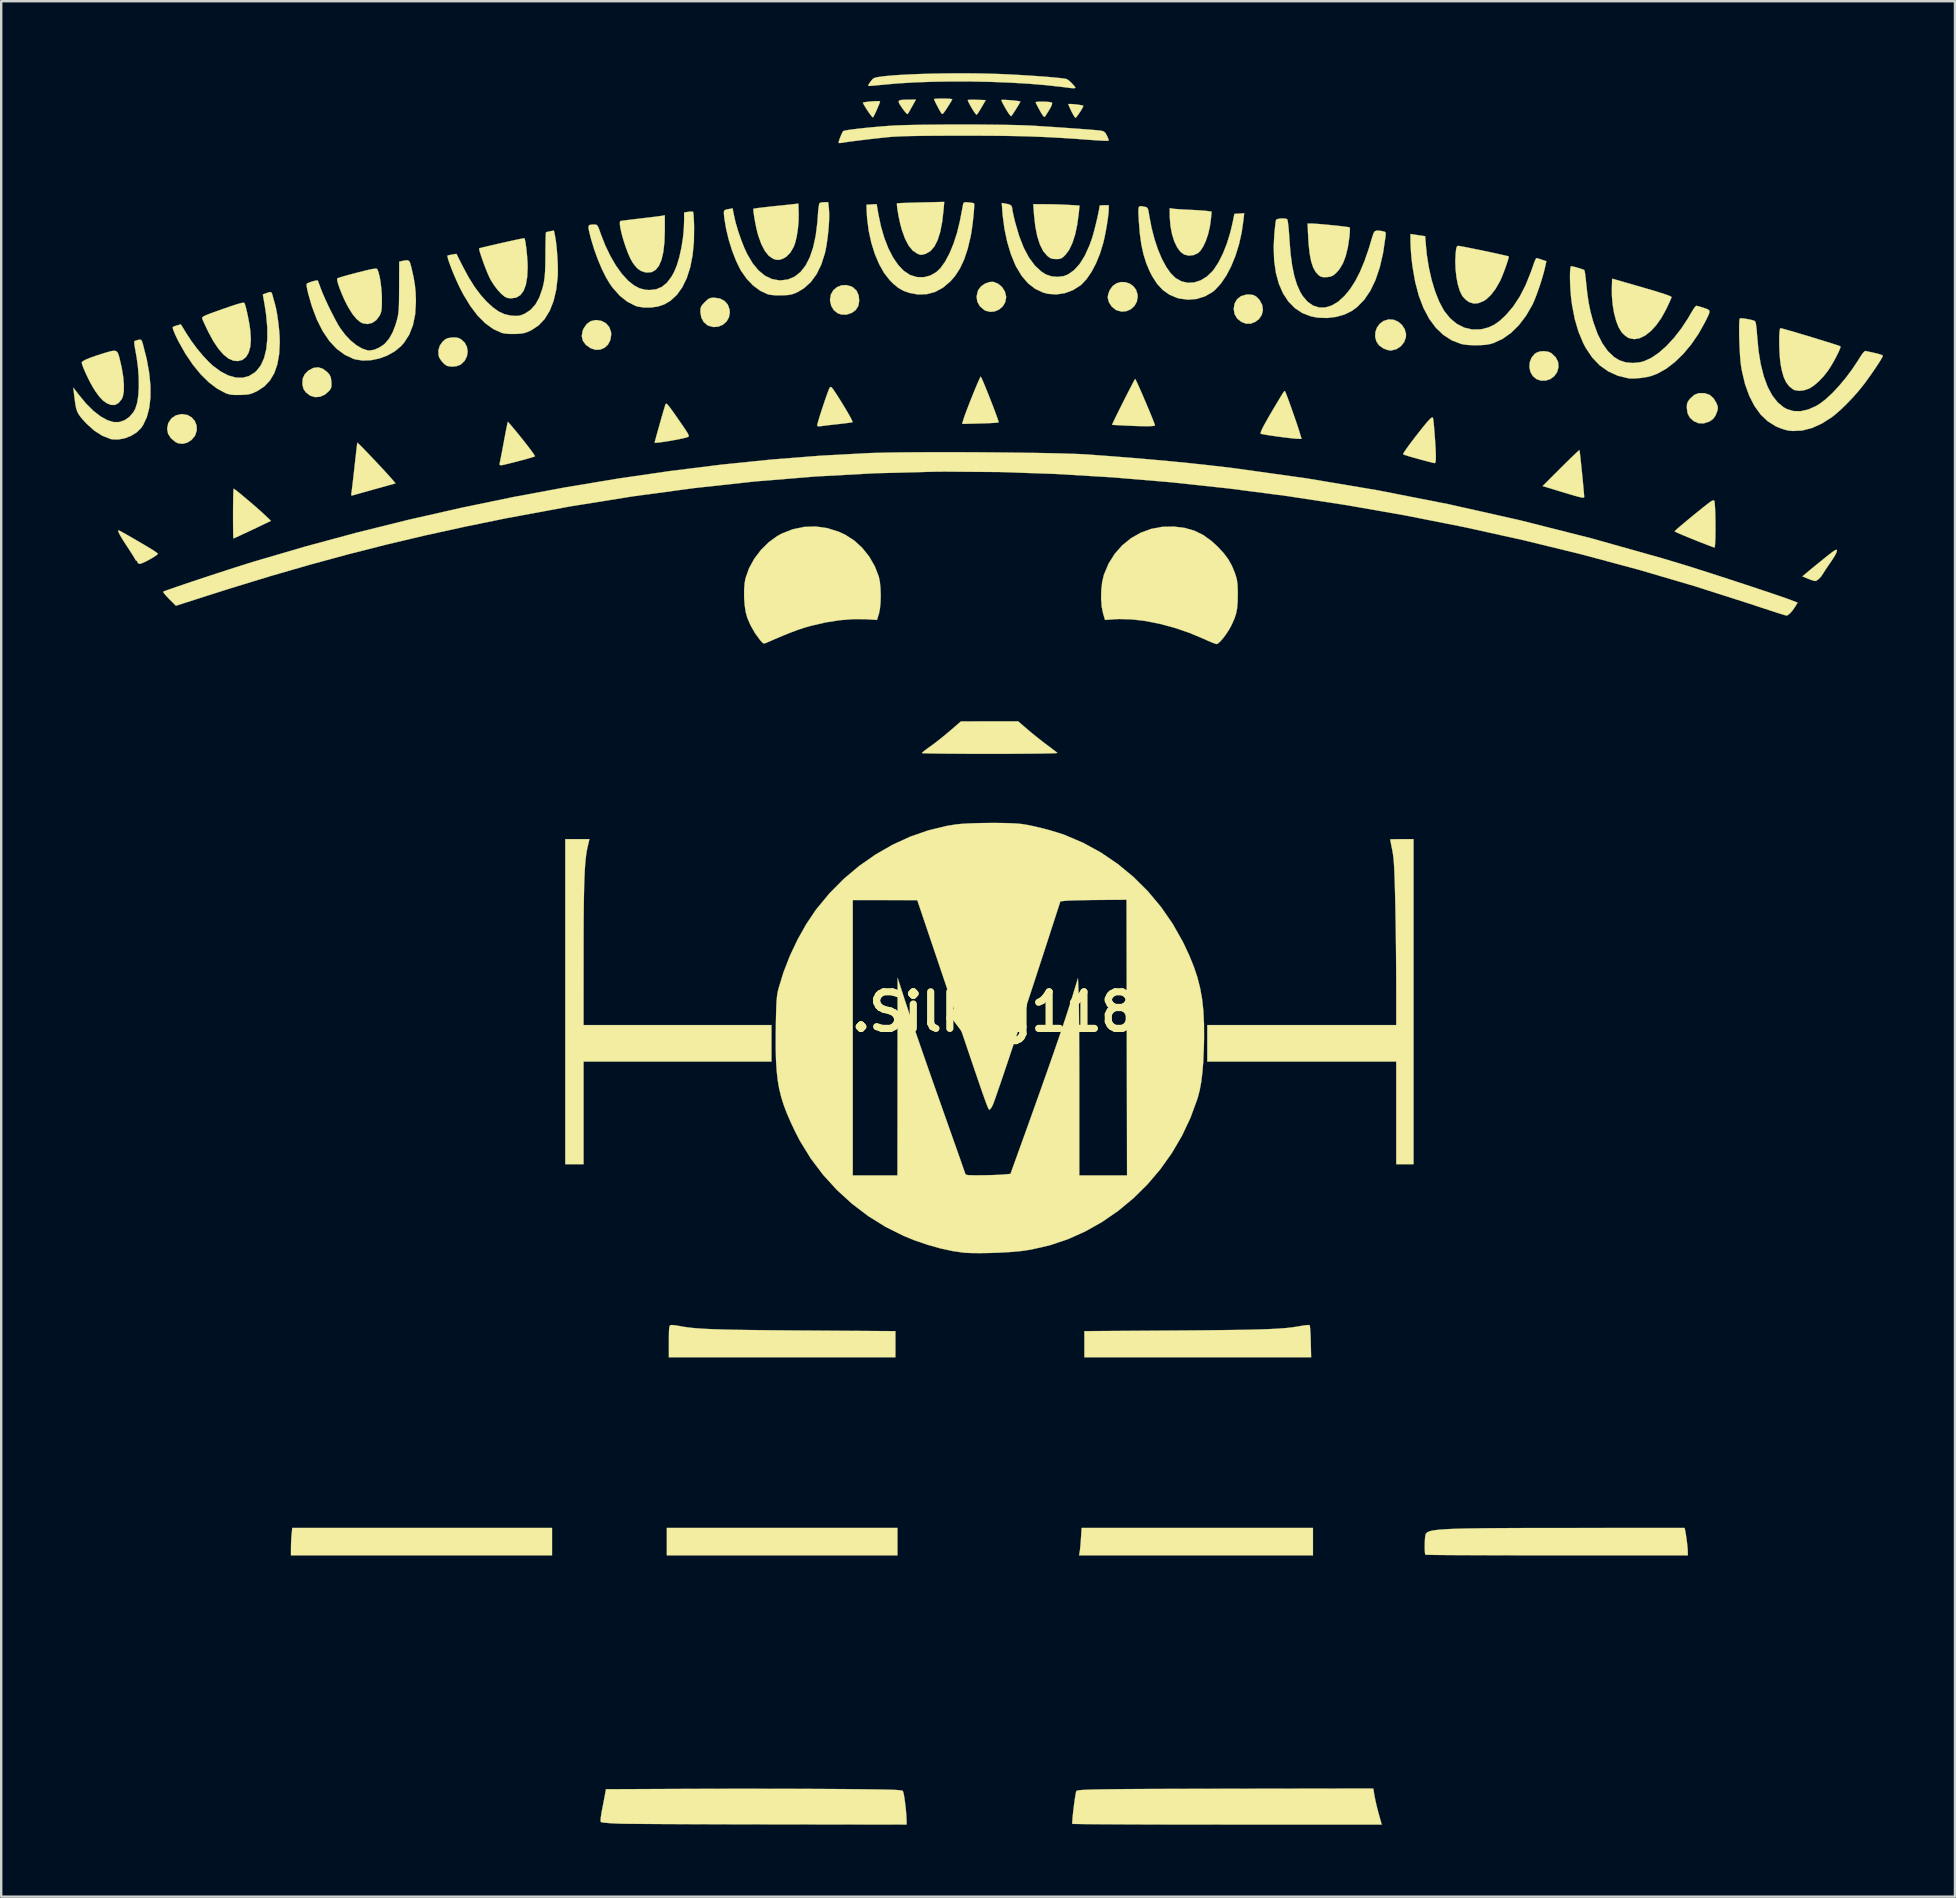
<source format=kicad_pcb>
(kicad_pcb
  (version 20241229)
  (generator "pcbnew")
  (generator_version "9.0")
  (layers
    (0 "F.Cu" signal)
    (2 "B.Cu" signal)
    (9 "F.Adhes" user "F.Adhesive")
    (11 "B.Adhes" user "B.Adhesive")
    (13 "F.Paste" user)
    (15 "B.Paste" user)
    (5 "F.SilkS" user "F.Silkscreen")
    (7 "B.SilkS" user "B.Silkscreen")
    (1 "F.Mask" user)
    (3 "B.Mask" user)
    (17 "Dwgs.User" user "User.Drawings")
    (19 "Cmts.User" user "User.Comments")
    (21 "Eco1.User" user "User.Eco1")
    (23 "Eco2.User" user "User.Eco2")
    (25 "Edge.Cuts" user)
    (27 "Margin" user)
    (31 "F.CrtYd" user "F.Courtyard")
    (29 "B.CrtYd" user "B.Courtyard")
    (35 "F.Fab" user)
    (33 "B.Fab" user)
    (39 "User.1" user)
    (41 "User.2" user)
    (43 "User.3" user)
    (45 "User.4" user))
  (footprint "F.Silk_g1188"
    (layer "F.Cu")
    (at 38.454 39.115)
    (property "Reference" "F.Silk_g1188" (at 0 0 0) (layer "F.SilkS") (effects (font (size 1.524 1.524) (thickness 0.3))))
    (attr through_hole)
    (fp_poly (pts (xy -4.106 22.648) (xy -13.716 22.648) (xy -13.716 21.505) (xy -4.106 21.505) (xy -4.106 22.648)) (stroke (width 0.01) (type solid)) (fill yes) (layer "F.SilkS"))
    (fp_poly (pts (xy -18.5 22.648) (xy -29.379 22.648) (xy -29.379 22.337) (xy -29.375 22.133) (xy -29.364 21.918) (xy -29.352 21.766) (xy -29.325 21.505) (xy -18.5 21.505) (xy -18.5 22.648)) (stroke (width 0.01) (type solid)) (fill yes) (layer "F.SilkS"))
    (fp_poly (pts (xy 13.208 22.648) (xy 3.462 22.648) (xy 3.487 22.511) (xy 3.501 22.41) (xy 3.517 22.25) (xy 3.533 22.057) (xy 3.541 21.939) (xy 3.568 21.505) (xy 13.208 21.505) (xy 13.208 22.648)) (stroke (width 0.01) (type solid)) (fill yes) (layer "F.SilkS"))
    (fp_poly (pts (xy -3.495 -37.73) (xy -3.574 -37.589) (xy -3.639 -37.477) (xy -3.679 -37.414) (xy -3.682 -37.41) (xy -3.718 -37.427) (xy -3.787 -37.5) (xy -3.877 -37.616) (xy -3.91 -37.663) (xy -4.007 -37.809) (xy -4.055 -37.906) (xy -4.047 -37.966) (xy -3.975 -37.997) (xy -3.832 -38.009) (xy -3.648 -38.012) (xy -3.337 -38.015) (xy -3.495 -37.73)) (stroke (width 0.01) (type solid)) (fill yes) (layer "F.SilkS"))
    (fp_poly (pts (xy -0.857 -38.008) (xy -0.791 -38.006) (xy -0.428 -37.994) (xy -0.604 -37.687) (xy -0.688 -37.547) (xy -0.758 -37.44) (xy -0.803 -37.385) (xy -0.811 -37.38) (xy -0.846 -37.414) (xy -0.911 -37.504) (xy -0.993 -37.633) (xy -1.02 -37.678) (xy -1.099 -37.818) (xy -1.154 -37.928) (xy -1.176 -37.99) (xy -1.175 -37.997) (xy -1.126 -38.006) (xy -1.013 -38.01) (xy -0.857 -38.008)) (stroke (width 0.01) (type solid)) (fill yes) (layer "F.SilkS"))
    (fp_poly (pts (xy -16.433 -28.792) (xy -16.247 -28.689) (xy -16.113 -28.532) (xy -16.042 -28.33) (xy -16.034 -28.216) (xy -16.072 -27.989) (xy -16.169 -27.805) (xy -16.314 -27.671) (xy -16.492 -27.596) (xy -16.691 -27.588) (xy -16.889 -27.652) (xy -17.091 -27.793) (xy -17.216 -27.964) (xy -17.262 -28.159) (xy -17.226 -28.375) (xy -17.187 -28.471) (xy -17.055 -28.664) (xy -16.883 -28.784) (xy -16.675 -28.829) (xy -16.658 -28.829) (xy -16.433 -28.792)) (stroke (width 0.01) (type solid)) (fill yes) (layer "F.SilkS"))
    (fp_poly (pts (xy -6.033 -30.231) (xy -5.96 -30.191) (xy -5.808 -30.05) (xy -5.721 -29.856) (xy -5.7 -29.628) (xy -5.739 -29.411) (xy -5.846 -29.245) (xy -6.016 -29.123) (xy -6.24 -29.051) (xy -6.461 -29.062) (xy -6.593 -29.11) (xy -6.754 -29.234) (xy -6.864 -29.414) (xy -6.915 -29.631) (xy -6.917 -29.683) (xy -6.88 -29.896) (xy -6.778 -30.071) (xy -6.628 -30.199) (xy -6.444 -30.274) (xy -6.24 -30.287) (xy -6.033 -30.231)) (stroke (width 0.01) (type solid)) (fill yes) (layer "F.SilkS"))
    (fp_poly (pts (xy 2.067 -37.926) (xy 2.199 -37.917) (xy 2.295 -37.902) (xy 2.324 -37.892) (xy 2.341 -37.854) (xy 2.321 -37.778) (xy 2.261 -37.657) (xy 2.155 -37.482) (xy 2.038 -37.302) (xy 2.007 -37.295) (xy 1.955 -37.348) (xy 1.877 -37.47) (xy 1.826 -37.561) (xy 1.746 -37.708) (xy 1.686 -37.825) (xy 1.654 -37.894) (xy 1.651 -37.904) (xy 1.689 -37.919) (xy 1.787 -37.928) (xy 1.921 -37.93) (xy 2.067 -37.926)) (stroke (width 0.01) (type solid)) (fill yes) (layer "F.SilkS"))
    (fp_poly (pts (xy 10.699 -29.877) (xy 10.835 -29.815) (xy 10.96 -29.691) (xy 10.989 -29.654) (xy 11.095 -29.454) (xy 11.123 -29.246) (xy 11.077 -29.046) (xy 10.96 -28.871) (xy 10.812 -28.756) (xy 10.613 -28.676) (xy 10.421 -28.677) (xy 10.232 -28.748) (xy 10.054 -28.886) (xy 9.943 -29.072) (xy 9.906 -29.295) (xy 9.943 -29.519) (xy 10.048 -29.698) (xy 10.211 -29.825) (xy 10.423 -29.888) (xy 10.521 -29.894) (xy 10.699 -29.877)) (stroke (width 0.01) (type solid)) (fill yes) (layer "F.SilkS"))
    (fp_poly (pts (xy 23.02 -27.506) (xy 23.146 -27.447) (xy 23.326 -27.274) (xy 23.424 -27.08) (xy 23.441 -26.869) (xy 23.384 -26.66) (xy 23.265 -26.49) (xy 23.101 -26.369) (xy 22.907 -26.304) (xy 22.701 -26.305) (xy 22.524 -26.366) (xy 22.369 -26.493) (xy 22.27 -26.664) (xy 22.228 -26.861) (xy 22.242 -27.065) (xy 22.314 -27.255) (xy 22.443 -27.414) (xy 22.503 -27.459) (xy 22.655 -27.518) (xy 22.84 -27.533) (xy 23.02 -27.506)) (stroke (width 0.01) (type solid)) (fill yes) (layer "F.SilkS"))
    (fp_poly (pts (xy -33.689 -24.871) (xy -33.514 -24.77) (xy -33.385 -24.62) (xy -33.312 -24.436) (xy -33.303 -24.235) (xy -33.367 -24.032) (xy -33.383 -24.002) (xy -33.52 -23.835) (xy -33.693 -23.723) (xy -33.882 -23.672) (xy -34.069 -23.689) (xy -34.184 -23.741) (xy -34.383 -23.906) (xy -34.502 -24.093) (xy -34.54 -24.297) (xy -34.497 -24.514) (xy -34.48 -24.556) (xy -34.355 -24.736) (xy -34.176 -24.855) (xy -33.953 -24.907) (xy -33.901 -24.908) (xy -33.689 -24.871)) (stroke (width 0.01) (type solid)) (fill yes) (layer "F.SilkS"))
    (fp_poly (pts (xy -17.023 -6.847) (xy -17.052 -6.703) (xy -17.078 -6.539) (xy -17.101 -6.352) (xy -17.12 -6.135) (xy -17.137 -5.881) (xy -17.15 -5.587) (xy -17.162 -5.244) (xy -17.17 -4.849) (xy -17.177 -4.394) (xy -17.182 -3.874) (xy -17.185 -3.284) (xy -17.186 -2.617) (xy -17.186 -2.339) (xy -17.187 0.55) (xy -9.356 0.55) (xy -9.356 2.074) (xy -17.187 2.074) (xy -17.187 6.35) (xy -17.949 6.35) (xy -17.949 -7.197) (xy -16.943 -7.197) (xy -17.023 -6.847)) (stroke (width 0.01) (type solid)) (fill yes) (layer "F.SilkS"))
    (fp_poly (pts (xy -0.107 -30.419) (xy 0.09 -30.342) (xy 0.255 -30.202) (xy 0.371 -30.017) (xy 0.422 -29.809) (xy 0.423 -29.773) (xy 0.385 -29.571) (xy 0.284 -29.4) (xy 0.134 -29.269) (xy -0.047 -29.19) (xy -0.242 -29.169) (xy -0.436 -29.218) (xy -0.491 -29.248) (xy -0.671 -29.401) (xy -0.778 -29.591) (xy -0.809 -29.804) (xy -0.76 -30.028) (xy -0.727 -30.1) (xy -0.616 -30.238) (xy -0.456 -30.348) (xy -0.276 -30.413) (xy -0.107 -30.42) (xy -0.107 -30.419)) (stroke (width 0.01) (type solid)) (fill yes) (layer "F.SilkS"))
    (fp_poly (pts (xy 3.17 -37.829) (xy 3.305 -37.817) (xy 3.443 -37.8) (xy 3.561 -37.781) (xy 3.631 -37.762) (xy 3.641 -37.754) (xy 3.619 -37.696) (xy 3.564 -37.598) (xy 3.491 -37.482) (xy 3.414 -37.37) (xy 3.349 -37.286) (xy 3.312 -37.253) (xy 3.312 -37.253) (xy 3.278 -37.289) (xy 3.22 -37.381) (xy 3.15 -37.513) (xy 3.14 -37.533) (xy 3.075 -37.67) (xy 3.03 -37.773) (xy 3.014 -37.824) (xy 3.014 -37.825) (xy 3.065 -37.833) (xy 3.17 -37.829)) (stroke (width 0.01) (type solid)) (fill yes) (layer "F.SilkS"))
    (fp_poly (pts (xy -4.877 -37.95) (xy -4.831 -37.943) (xy -4.839 -37.903) (xy -4.874 -37.809) (xy -4.927 -37.681) (xy -4.988 -37.542) (xy -5.048 -37.413) (xy -5.097 -37.316) (xy -5.126 -37.272) (xy -5.126 -37.272) (xy -5.16 -37.297) (xy -5.227 -37.378) (xy -5.315 -37.499) (xy -5.35 -37.55) (xy -5.44 -37.69) (xy -5.508 -37.805) (xy -5.543 -37.875) (xy -5.546 -37.885) (xy -5.507 -37.9) (xy -5.408 -37.916) (xy -5.272 -37.932) (xy -5.122 -37.944) (xy -4.982 -37.951) (xy -4.877 -37.95)) (stroke (width 0.01) (type solid)) (fill yes) (layer "F.SilkS"))
    (fp_poly (pts (xy 0.379 -38.003) (xy 0.523 -37.995) (xy 0.681 -37.983) (xy 0.829 -37.967) (xy 0.947 -37.951) (xy 1.011 -37.936) (xy 1.016 -37.931) (xy 0.995 -37.885) (xy 0.94 -37.79) (xy 0.865 -37.667) (xy 0.783 -37.537) (xy 0.707 -37.422) (xy 0.651 -37.342) (xy 0.636 -37.324) (xy 0.603 -37.343) (xy 0.539 -37.422) (xy 0.457 -37.547) (xy 0.404 -37.635) (xy 0.32 -37.786) (xy 0.257 -37.907) (xy 0.225 -37.983) (xy 0.223 -37.998) (xy 0.271 -38.005) (xy 0.379 -38.003)) (stroke (width 0.01) (type solid)) (fill yes) (layer "F.SilkS"))
    (fp_poly (pts (xy 5.393 -30.406) (xy 5.571 -30.347) (xy 5.725 -30.239) (xy 5.84 -30.085) (xy 5.9 -29.889) (xy 5.905 -29.803) (xy 5.868 -29.59) (xy 5.767 -29.412) (xy 5.618 -29.278) (xy 5.435 -29.198) (xy 5.234 -29.18) (xy 5.032 -29.233) (xy 4.979 -29.261) (xy 4.82 -29.393) (xy 4.708 -29.565) (xy 4.658 -29.749) (xy 4.657 -29.778) (xy 4.675 -29.895) (xy 4.722 -30.036) (xy 4.74 -30.076) (xy 4.864 -30.25) (xy 5.024 -30.361) (xy 5.205 -30.412) (xy 5.393 -30.406)) (stroke (width 0.01) (type solid)) (fill yes) (layer "F.SilkS"))
    (fp_poly (pts (xy 16.571 -28.842) (xy 16.76 -28.759) (xy 16.919 -28.622) (xy 17.033 -28.447) (xy 17.087 -28.248) (xy 17.081 -28.109) (xy 17.007 -27.905) (xy 16.869 -27.735) (xy 16.687 -27.615) (xy 16.478 -27.561) (xy 16.436 -27.559) (xy 16.326 -27.578) (xy 16.187 -27.627) (xy 16.127 -27.654) (xy 15.956 -27.781) (xy 15.848 -27.945) (xy 15.8 -28.131) (xy 15.809 -28.324) (xy 15.872 -28.508) (xy 15.985 -28.668) (xy 16.146 -28.789) (xy 16.352 -28.854) (xy 16.365 -28.856) (xy 16.571 -28.842)) (stroke (width 0.01) (type solid)) (fill yes) (layer "F.SilkS"))
    (fp_poly (pts (xy -11.504 -29.725) (xy -11.312 -29.626) (xy -11.175 -29.471) (xy -11.102 -29.268) (xy -11.091 -29.147) (xy -11.129 -28.937) (xy -11.232 -28.762) (xy -11.385 -28.63) (xy -11.571 -28.553) (xy -11.776 -28.537) (xy -11.984 -28.592) (xy -12.02 -28.61) (xy -12.177 -28.741) (xy -12.279 -28.928) (xy -12.319 -29.159) (xy -12.319 -29.183) (xy -12.313 -29.306) (xy -12.285 -29.397) (xy -12.219 -29.486) (xy -12.134 -29.575) (xy -12.023 -29.68) (xy -11.936 -29.735) (xy -11.841 -29.757) (xy -11.742 -29.76) (xy -11.504 -29.725)) (stroke (width 0.01) (type solid)) (fill yes) (layer "F.SilkS"))
    (fp_poly (pts (xy -2.034 -38.054) (xy -1.904 -38.046) (xy -1.832 -38.033) (xy -1.822 -38.026) (xy -1.845 -37.978) (xy -1.904 -37.879) (xy -1.988 -37.745) (xy -2.027 -37.684) (xy -2.125 -37.537) (xy -2.188 -37.451) (xy -2.229 -37.417) (xy -2.259 -37.425) (xy -2.291 -37.467) (xy -2.294 -37.473) (xy -2.347 -37.56) (xy -2.413 -37.682) (xy -2.482 -37.814) (xy -2.54 -37.933) (xy -2.576 -38.014) (xy -2.582 -38.035) (xy -2.543 -38.045) (xy -2.438 -38.053) (xy -2.286 -38.057) (xy -2.201 -38.058) (xy -2.034 -38.054)) (stroke (width 0.01) (type solid)) (fill yes) (layer "F.SilkS"))
    (fp_poly (pts (xy -28.049 -26.799) (xy -27.862 -26.655) (xy -27.856 -26.65) (xy -27.769 -26.547) (xy -27.722 -26.445) (xy -27.699 -26.307) (xy -27.695 -26.256) (xy -27.689 -26.108) (xy -27.704 -26.01) (xy -27.75 -25.927) (xy -27.796 -25.868) (xy -27.967 -25.719) (xy -28.164 -25.633) (xy -28.368 -25.616) (xy -28.561 -25.671) (xy -28.596 -25.69) (xy -28.761 -25.817) (xy -28.858 -25.959) (xy -28.902 -26.141) (xy -28.903 -26.155) (xy -28.892 -26.382) (xy -28.806 -26.571) (xy -28.649 -26.726) (xy -28.446 -26.834) (xy -28.245 -26.859) (xy -28.049 -26.799)) (stroke (width 0.01) (type solid)) (fill yes) (layer "F.SilkS"))
    (fp_poly (pts (xy -22.394 -28.079) (xy -22.296 -28.029) (xy -22.139 -27.888) (xy -22.046 -27.709) (xy -22.016 -27.511) (xy -22.048 -27.311) (xy -22.142 -27.128) (xy -22.297 -26.98) (xy -22.32 -26.966) (xy -22.487 -26.904) (xy -22.683 -26.885) (xy -22.865 -26.915) (xy -22.885 -26.923) (xy -22.989 -26.994) (xy -23.099 -27.112) (xy -23.188 -27.244) (xy -23.225 -27.332) (xy -23.239 -27.552) (xy -23.177 -27.764) (xy -23.057 -27.932) (xy -22.95 -28.025) (xy -22.844 -28.074) (xy -22.699 -28.098) (xy -22.675 -28.1) (xy -22.513 -28.104) (xy -22.394 -28.079)) (stroke (width 0.01) (type solid)) (fill yes) (layer "F.SilkS"))
    (fp_poly (pts (xy 29.538 -25.779) (xy 29.739 -25.711) (xy 29.901 -25.57) (xy 30.023 -25.367) (xy 30.072 -25.239) (xy 30.081 -25.139) (xy 30.055 -25.028) (xy 29.979 -24.838) (xy 29.882 -24.708) (xy 29.745 -24.61) (xy 29.719 -24.596) (xy 29.493 -24.521) (xy 29.276 -24.528) (xy 29.073 -24.617) (xy 29.072 -24.618) (xy 28.91 -24.765) (xy 28.817 -24.945) (xy 28.787 -25.173) (xy 28.787 -25.186) (xy 28.795 -25.325) (xy 28.831 -25.428) (xy 28.91 -25.536) (xy 28.94 -25.569) (xy 29.106 -25.714) (xy 29.287 -25.783) (xy 29.504 -25.784) (xy 29.538 -25.779)) (stroke (width 0.01) (type solid)) (fill yes) (layer "F.SilkS"))
    (fp_poly (pts (xy 2.323 -33.652) (xy 2.612 -33.645) (xy 2.886 -33.634) (xy 3.025 -33.627) (xy 3.481 -33.599) (xy 3.452 -33.299) (xy 3.388 -32.818) (xy 3.299 -32.395) (xy 3.184 -32.038) (xy 3.048 -31.752) (xy 2.9 -31.552) (xy 2.794 -31.448) (xy 2.71 -31.394) (xy 2.615 -31.372) (xy 2.506 -31.369) (xy 2.358 -31.378) (xy 2.25 -31.417) (xy 2.137 -31.502) (xy 2.132 -31.507) (xy 1.968 -31.701) (xy 1.831 -31.973) (xy 1.72 -32.319) (xy 1.638 -32.737) (xy 1.584 -33.222) (xy 1.582 -33.253) (xy 1.554 -33.655) (xy 2.062 -33.655) (xy 2.323 -33.652)) (stroke (width 0.01) (type solid)) (fill yes) (layer "F.SilkS"))
    (fp_poly (pts (xy 24.322 -23.365) (xy 24.336 -23.251) (xy 24.355 -23.082) (xy 24.377 -22.872) (xy 24.402 -22.635) (xy 24.427 -22.387) (xy 24.451 -22.14) (xy 24.473 -21.911) (xy 24.491 -21.713) (xy 24.504 -21.56) (xy 24.511 -21.468) (xy 24.511 -21.452) (xy 24.501 -21.433) (xy 24.463 -21.427) (xy 24.39 -21.437) (xy 24.272 -21.464) (xy 24.1 -21.511) (xy 23.865 -21.58) (xy 23.57 -21.669) (xy 22.777 -21.91) (xy 23.537 -22.669) (xy 23.744 -22.874) (xy 23.931 -23.057) (xy 24.089 -23.209) (xy 24.211 -23.323) (xy 24.289 -23.392) (xy 24.314 -23.408) (xy 24.322 -23.365)) (stroke (width 0.01) (type solid)) (fill yes) (layer "F.SilkS"))
    (fp_poly (pts (xy 13.07 13.056) (xy 13.082 13.108) (xy 13.094 13.228) (xy 13.105 13.403) (xy 13.114 13.616) (xy 13.117 13.741) (xy 13.132 14.393) (xy 3.683 14.393) (xy 3.683 13.305) (xy 7.44 13.279) (xy 8.174 13.274) (xy 8.83 13.268) (xy 9.412 13.262) (xy 9.926 13.255) (xy 10.378 13.248) (xy 10.774 13.239) (xy 11.119 13.229) (xy 11.419 13.218) (xy 11.679 13.205) (xy 11.906 13.19) (xy 12.105 13.174) (xy 12.281 13.155) (xy 12.44 13.133) (xy 12.589 13.109) (xy 12.668 13.095) (xy 12.836 13.067) (xy 12.973 13.051) (xy 13.056 13.051) (xy 13.07 13.056)) (stroke (width 0.01) (type solid)) (fill yes) (layer "F.SilkS"))
    (fp_poly (pts (xy 35.037 -19.245) (xy 35.044 -19.224) (xy 35.025 -19.146) (xy 34.958 -19.013) (xy 34.848 -18.837) (xy 34.79 -18.752) (xy 34.676 -18.586) (xy 34.575 -18.437) (xy 34.502 -18.323) (xy 34.471 -18.272) (xy 34.385 -18.143) (xy 34.282 -18.034) (xy 34.184 -17.966) (xy 34.133 -17.953) (xy 34.054 -17.971) (xy 33.929 -18.013) (xy 33.831 -18.052) (xy 33.604 -18.147) (xy 33.831 -18.338) (xy 33.949 -18.437) (xy 34.114 -18.572) (xy 34.304 -18.727) (xy 34.502 -18.886) (xy 34.544 -18.92) (xy 34.734 -19.071) (xy 34.869 -19.174) (xy 34.958 -19.233) (xy 35.011 -19.255) (xy 35.037 -19.245)) (stroke (width 0.01) (type solid)) (fill yes) (layer "F.SilkS"))
    (fp_poly (pts (xy -13.371 13.062) (xy -13.208 13.088) (xy -13.155 13.098) (xy -13.016 13.123) (xy -12.868 13.145) (xy -12.704 13.165) (xy -12.52 13.183) (xy -12.309 13.198) (xy -12.067 13.212) (xy -11.787 13.224) (xy -11.464 13.234) (xy -11.092 13.244) (xy -10.667 13.252) (xy -10.181 13.259) (xy -9.631 13.265) (xy -9.009 13.271) (xy -8.312 13.277) (xy -7.948 13.279) (xy -4.191 13.305) (xy -4.191 14.393) (xy -13.631 14.393) (xy -13.631 13.736) (xy -13.63 13.48) (xy -13.626 13.296) (xy -13.617 13.173) (xy -13.602 13.099) (xy -13.582 13.062) (xy -13.568 13.054) (xy -13.499 13.05) (xy -13.371 13.062)) (stroke (width 0.01) (type solid)) (fill yes) (layer "F.SilkS"))
    (fp_poly (pts (xy 7.377 -33.468) (xy 7.471 -33.458) (xy 7.629 -33.447) (xy 7.828 -33.434) (xy 8.048 -33.423) (xy 8.065 -33.423) (xy 8.291 -33.411) (xy 8.505 -33.398) (xy 8.681 -33.385) (xy 8.798 -33.373) (xy 8.8 -33.373) (xy 8.985 -33.347) (xy 8.957 -33.039) (xy 8.912 -32.716) (xy 8.839 -32.405) (xy 8.743 -32.122) (xy 8.631 -31.883) (xy 8.509 -31.703) (xy 8.42 -31.62) (xy 8.238 -31.535) (xy 8.035 -31.512) (xy 7.848 -31.555) (xy 7.69 -31.669) (xy 7.55 -31.856) (xy 7.43 -32.104) (xy 7.336 -32.403) (xy 7.272 -32.74) (xy 7.241 -33.105) (xy 7.239 -33.231) (xy 7.239 -33.49) (xy 7.377 -33.468)) (stroke (width 0.01) (type solid)) (fill yes) (layer "F.SilkS"))
    (fp_poly (pts (xy -8.222 -33.261) (xy -8.226 -32.947) (xy -8.255 -32.624) (xy -8.303 -32.315) (xy -8.368 -32.046) (xy -8.428 -31.88) (xy -8.565 -31.644) (xy -8.738 -31.468) (xy -8.878 -31.385) (xy -9.032 -31.336) (xy -9.168 -31.342) (xy -9.294 -31.386) (xy -9.469 -31.506) (xy -9.63 -31.706) (xy -9.775 -31.982) (xy -9.9 -32.329) (xy -9.944 -32.483) (xy -9.984 -32.653) (xy -10.024 -32.844) (xy -10.06 -33.037) (xy -10.088 -33.215) (xy -10.107 -33.358) (xy -10.112 -33.447) (xy -10.108 -33.467) (xy -10.063 -33.476) (xy -9.946 -33.493) (xy -9.769 -33.514) (xy -9.545 -33.54) (xy -9.286 -33.569) (xy -9.163 -33.582) (xy -8.234 -33.68) (xy -8.222 -33.261)) (stroke (width 0.01) (type solid)) (fill yes) (layer "F.SilkS"))
    (fp_poly (pts (xy -2.183 -33.439) (xy -2.239 -32.935) (xy -2.321 -32.511) (xy -2.429 -32.166) (xy -2.563 -31.899) (xy -2.723 -31.71) (xy -2.91 -31.597) (xy -2.958 -31.581) (xy -3.068 -31.552) (xy -3.135 -31.545) (xy -3.199 -31.562) (xy -3.284 -31.598) (xy -3.469 -31.722) (xy -3.636 -31.924) (xy -3.785 -32.206) (xy -3.917 -32.569) (xy -3.983 -32.808) (xy -4.023 -32.982) (xy -4.061 -33.17) (xy -4.093 -33.355) (xy -4.117 -33.516) (xy -4.129 -33.634) (xy -4.126 -33.69) (xy -4.125 -33.691) (xy -4.081 -33.696) (xy -3.964 -33.703) (xy -3.786 -33.71) (xy -3.56 -33.718) (xy -3.297 -33.725) (xy -3.134 -33.729) (xy -2.157 -33.752) (xy -2.183 -33.439)) (stroke (width 0.01) (type solid)) (fill yes) (layer "F.SilkS"))
    (fp_poly (pts (xy -0.635 -26.471) (xy -0.605 -26.416) (xy -0.551 -26.298) (xy -0.48 -26.13) (xy -0.397 -25.925) (xy -0.305 -25.698) (xy -0.212 -25.461) (xy -0.121 -25.226) (xy -0.039 -25.009) (xy 0.03 -24.821) (xy 0.081 -24.676) (xy 0.108 -24.587) (xy 0.111 -24.565) (xy 0.061 -24.555) (xy -0.059 -24.544) (xy -0.235 -24.534) (xy -0.454 -24.525) (xy -0.663 -24.519) (xy -1.409 -24.5) (xy -1.38 -24.614) (xy -1.349 -24.715) (xy -1.296 -24.868) (xy -1.224 -25.061) (xy -1.14 -25.28) (xy -1.049 -25.513) (xy -0.956 -25.746) (xy -0.865 -25.967) (xy -0.783 -26.163) (xy -0.714 -26.321) (xy -0.664 -26.428) (xy -0.637 -26.471) (xy -0.635 -26.471)) (stroke (width 0.01) (type solid)) (fill yes) (layer "F.SilkS"))
    (fp_poly (pts (xy -31.724 -21.775) (xy -31.629 -21.703) (xy -31.495 -21.594) (xy -31.332 -21.459) (xy -31.153 -21.308) (xy -30.968 -21.15) (xy -30.79 -20.996) (xy -30.631 -20.854) (xy -30.501 -20.736) (xy -30.484 -20.719) (xy -30.212 -20.462) (xy -30.505 -20.321) (xy -30.713 -20.221) (xy -30.934 -20.116) (xy -31.154 -20.012) (xy -31.361 -19.916) (xy -31.539 -19.833) (xy -31.676 -19.77) (xy -31.759 -19.734) (xy -31.776 -19.727) (xy -31.781 -19.768) (xy -31.785 -19.881) (xy -31.788 -20.057) (xy -31.791 -20.283) (xy -31.792 -20.547) (xy -31.792 -20.765) (xy -31.791 -21.051) (xy -31.788 -21.307) (xy -31.784 -21.521) (xy -31.778 -21.682) (xy -31.772 -21.779) (xy -31.766 -21.802) (xy -31.724 -21.775)) (stroke (width 0.01) (type solid)) (fill yes) (layer "F.SilkS"))
    (fp_poly (pts (xy 17.399 6.35) (xy 16.679 6.35) (xy 16.679 2.074) (xy 8.805 2.074) (xy 8.805 0.55) (xy 16.679 0.55) (xy 16.678 -1.217) (xy 16.676 -1.689) (xy 16.672 -2.214) (xy 16.667 -2.768) (xy 16.66 -3.327) (xy 16.652 -3.866) (xy 16.643 -4.361) (xy 16.636 -4.657) (xy 16.625 -5.101) (xy 16.614 -5.471) (xy 16.603 -5.776) (xy 16.592 -6.027) (xy 16.579 -6.231) (xy 16.564 -6.401) (xy 16.546 -6.546) (xy 16.526 -6.674) (xy 16.511 -6.752) (xy 16.475 -6.93) (xy 16.447 -7.073) (xy 16.429 -7.163) (xy 16.425 -7.186) (xy 16.465 -7.19) (xy 16.572 -7.194) (xy 16.731 -7.196) (xy 16.912 -7.197) (xy 17.399 -7.197) (xy 17.399 6.35)) (stroke (width 0.01) (type solid)) (fill yes) (layer "F.SilkS"))
    (fp_poly (pts (xy -36.66 -27.533) (xy -36.599 -27.468) (xy -36.553 -27.348) (xy -36.524 -27.241) (xy -36.43 -26.832) (xy -36.369 -26.458) (xy -36.341 -26.128) (xy -36.346 -25.852) (xy -36.385 -25.638) (xy -36.433 -25.53) (xy -36.566 -25.369) (xy -36.712 -25.29) (xy -36.878 -25.292) (xy -37.046 -25.357) (xy -37.205 -25.467) (xy -37.363 -25.632) (xy -37.53 -25.862) (xy -37.634 -26.03) (xy -37.734 -26.207) (xy -37.835 -26.405) (xy -37.93 -26.606) (xy -38.011 -26.791) (xy -38.07 -26.943) (xy -38.098 -27.043) (xy -38.099 -27.058) (xy -38.059 -27.108) (xy -37.94 -27.175) (xy -37.747 -27.256) (xy -37.483 -27.349) (xy -37.154 -27.454) (xy -37.092 -27.472) (xy -36.89 -27.529) (xy -36.751 -27.551) (xy -36.66 -27.533)) (stroke (width 0.01) (type solid)) (fill yes) (layer "F.SilkS"))
    (fp_poly (pts (xy 26.245 -30.39) (xy 26.724 -30.252) (xy 27.126 -30.135) (xy 27.455 -30.038) (xy 27.714 -29.957) (xy 27.909 -29.894) (xy 28.045 -29.845) (xy 28.124 -29.809) (xy 28.152 -29.786) (xy 28.152 -29.785) (xy 28.134 -29.73) (xy 28.085 -29.616) (xy 28.013 -29.46) (xy 27.925 -29.276) (xy 27.919 -29.263) (xy 27.721 -28.907) (xy 27.506 -28.606) (xy 27.281 -28.363) (xy 27.052 -28.184) (xy 26.824 -28.072) (xy 26.603 -28.032) (xy 26.395 -28.069) (xy 26.334 -28.096) (xy 26.213 -28.181) (xy 26.093 -28.294) (xy 26.07 -28.322) (xy 25.948 -28.522) (xy 25.844 -28.789) (xy 25.759 -29.106) (xy 25.699 -29.456) (xy 25.666 -29.823) (xy 25.663 -30.131) (xy 25.675 -30.552) (xy 26.245 -30.39)) (stroke (width 0.01) (type solid)) (fill yes) (layer "F.SilkS"))
    (fp_poly (pts (xy -13.801 -32.547) (xy -13.817 -32.065) (xy -13.863 -31.662) (xy -13.939 -31.336) (xy -14.046 -31.089) (xy -14.183 -30.918) (xy -14.352 -30.825) (xy -14.552 -30.808) (xy -14.636 -30.821) (xy -14.802 -30.878) (xy -14.946 -30.98) (xy -15.085 -31.143) (xy -15.152 -31.241) (xy -15.235 -31.391) (xy -15.321 -31.582) (xy -15.405 -31.801) (xy -15.485 -32.034) (xy -15.556 -32.267) (xy -15.614 -32.487) (xy -15.655 -32.68) (xy -15.675 -32.831) (xy -15.669 -32.928) (xy -15.648 -32.956) (xy -15.592 -32.965) (xy -15.467 -32.982) (xy -15.285 -33.005) (xy -15.062 -33.032) (xy -14.817 -33.061) (xy -14.56 -33.091) (xy -14.326 -33.119) (xy -14.13 -33.144) (xy -13.988 -33.163) (xy -13.917 -33.174) (xy -13.801 -33.196) (xy -13.801 -32.547)) (stroke (width 0.01) (type solid)) (fill yes) (layer "F.SilkS"))
    (fp_poly (pts (xy 13.23 -32.847) (xy 13.395 -32.835) (xy 13.597 -32.819) (xy 13.822 -32.798) (xy 14.053 -32.776) (xy 14.274 -32.753) (xy 14.468 -32.73) (xy 14.621 -32.711) (xy 14.716 -32.695) (xy 14.74 -32.688) (xy 14.748 -32.636) (xy 14.746 -32.521) (xy 14.734 -32.365) (xy 14.728 -32.301) (xy 14.663 -31.86) (xy 14.574 -31.494) (xy 14.459 -31.193) (xy 14.316 -30.951) (xy 14.185 -30.801) (xy 14.068 -30.699) (xy 13.961 -30.645) (xy 13.825 -30.62) (xy 13.792 -30.617) (xy 13.643 -30.613) (xy 13.54 -30.635) (xy 13.45 -30.692) (xy 13.321 -30.829) (xy 13.215 -31.022) (xy 13.133 -31.275) (xy 13.071 -31.595) (xy 13.028 -31.989) (xy 13.011 -32.269) (xy 12.983 -32.851) (xy 13.12 -32.851) (xy 13.23 -32.847)) (stroke (width 0.01) (type solid)) (fill yes) (layer "F.SilkS"))
    (fp_poly (pts (xy -26.586 -23.696) (xy -26.508 -23.622) (xy -26.391 -23.505) (xy -26.245 -23.354) (xy -26.077 -23.179) (xy -25.898 -22.991) (xy -25.716 -22.797) (xy -25.541 -22.609) (xy -25.381 -22.435) (xy -25.246 -22.286) (xy -25.145 -22.17) (xy -25.136 -22.16) (xy -25.021 -22.023) (xy -25.877 -21.784) (xy -26.137 -21.711) (xy -26.373 -21.645) (xy -26.571 -21.589) (xy -26.718 -21.548) (xy -26.8 -21.524) (xy -26.809 -21.521) (xy -26.863 -21.519) (xy -26.868 -21.574) (xy -26.864 -21.597) (xy -26.853 -21.666) (xy -26.835 -21.806) (xy -26.811 -22.004) (xy -26.783 -22.247) (xy -26.752 -22.521) (xy -26.733 -22.691) (xy -26.702 -22.972) (xy -26.673 -23.226) (xy -26.649 -23.439) (xy -26.63 -23.6) (xy -26.618 -23.696) (xy -26.615 -23.718) (xy -26.586 -23.696)) (stroke (width 0.01) (type solid)) (fill yes) (layer "F.SilkS"))
    (fp_poly (pts (xy -20.313 -24.56) (xy -20.238 -24.476) (xy -20.127 -24.345) (xy -19.986 -24.175) (xy -19.824 -23.976) (xy -19.755 -23.89) (xy -19.589 -23.68) (xy -19.444 -23.492) (xy -19.328 -23.335) (xy -19.248 -23.221) (xy -19.212 -23.158) (xy -19.212 -23.149) (xy -19.262 -23.129) (xy -19.377 -23.093) (xy -19.541 -23.046) (xy -19.736 -22.993) (xy -19.947 -22.937) (xy -20.156 -22.883) (xy -20.347 -22.836) (xy -20.502 -22.799) (xy -20.605 -22.779) (xy -20.634 -22.775) (xy -20.687 -22.8) (xy -20.685 -22.849) (xy -20.671 -22.913) (xy -20.644 -23.045) (xy -20.607 -23.233) (xy -20.564 -23.461) (xy -20.516 -23.717) (xy -20.51 -23.748) (xy -20.463 -24.001) (xy -20.42 -24.224) (xy -20.384 -24.404) (xy -20.358 -24.529) (xy -20.344 -24.585) (xy -20.343 -24.587) (xy -20.313 -24.56)) (stroke (width 0.01) (type solid)) (fill yes) (layer "F.SilkS"))
    (fp_poly (pts (xy -13.708 -25.325) (xy -13.645 -25.258) (xy -13.551 -25.136) (xy -13.42 -24.953) (xy -13.372 -24.884) (xy -13.184 -24.614) (xy -13.039 -24.405) (xy -12.934 -24.249) (xy -12.863 -24.137) (xy -12.821 -24.06) (xy -12.803 -24.012) (xy -12.805 -23.983) (xy -12.821 -23.965) (xy -12.827 -23.961) (xy -12.896 -23.935) (xy -13.024 -23.903) (xy -13.196 -23.866) (xy -13.394 -23.828) (xy -13.602 -23.791) (xy -13.804 -23.759) (xy -13.983 -23.733) (xy -14.123 -23.718) (xy -14.207 -23.715) (xy -14.224 -23.721) (xy -14.213 -23.772) (xy -14.182 -23.888) (xy -14.137 -24.054) (xy -14.081 -24.255) (xy -14.019 -24.475) (xy -13.956 -24.698) (xy -13.895 -24.91) (xy -13.841 -25.094) (xy -13.799 -25.235) (xy -13.772 -25.317) (xy -13.768 -25.329) (xy -13.747 -25.347) (xy -13.708 -25.325)) (stroke (width 0.01) (type solid)) (fill yes) (layer "F.SilkS"))
    (fp_poly (pts (xy -6.87 -26.036) (xy -6.825 -25.995) (xy -6.757 -25.904) (xy -6.658 -25.753) (xy -6.617 -25.691) (xy -6.465 -25.451) (xy -6.323 -25.219) (xy -6.197 -25.007) (xy -6.093 -24.826) (xy -6.019 -24.686) (xy -5.98 -24.598) (xy -5.977 -24.574) (xy -6.024 -24.563) (xy -6.139 -24.545) (xy -6.307 -24.523) (xy -6.513 -24.499) (xy -6.586 -24.491) (xy -6.813 -24.466) (xy -7.021 -24.442) (xy -7.189 -24.421) (xy -7.298 -24.406) (xy -7.313 -24.404) (xy -7.413 -24.397) (xy -7.45 -24.428) (xy -7.451 -24.439) (xy -7.437 -24.507) (xy -7.401 -24.638) (xy -7.347 -24.816) (xy -7.281 -25.025) (xy -7.207 -25.249) (xy -7.133 -25.471) (xy -7.062 -25.674) (xy -7.001 -25.843) (xy -6.954 -25.961) (xy -6.931 -26.008) (xy -6.902 -26.037) (xy -6.87 -26.036)) (stroke (width 0.01) (type solid)) (fill yes) (layer "F.SilkS"))
    (fp_poly (pts (xy -36.512 -20.045) (xy -36.407 -19.988) (xy -36.251 -19.901) (xy -36.056 -19.789) (xy -35.833 -19.66) (xy -35.594 -19.52) (xy -35.349 -19.376) (xy -35.317 -19.357) (xy -35.157 -19.259) (xy -35.029 -19.174) (xy -34.947 -19.113) (xy -34.925 -19.088) (xy -34.96 -19.047) (xy -35.052 -18.982) (xy -35.181 -18.902) (xy -35.327 -18.82) (xy -35.471 -18.747) (xy -35.592 -18.693) (xy -35.67 -18.669) (xy -35.676 -18.669) (xy -35.753 -18.693) (xy -35.772 -18.733) (xy -35.795 -18.789) (xy -35.814 -18.796) (xy -35.855 -18.821) (xy -35.856 -18.829) (xy -35.879 -18.874) (xy -35.94 -18.977) (xy -36.032 -19.123) (xy -36.147 -19.302) (xy -36.216 -19.406) (xy -36.376 -19.653) (xy -36.488 -19.838) (xy -36.555 -19.965) (xy -36.578 -20.039) (xy -36.561 -20.066) (xy -36.556 -20.066) (xy -36.512 -20.045)) (stroke (width 0.01) (type solid)) (fill yes) (layer "F.SilkS"))
    (fp_poly (pts (xy 5.823 -26.337) (xy 5.873 -26.234) (xy 5.944 -26.079) (xy 6.03 -25.884) (xy 6.127 -25.662) (xy 6.228 -25.426) (xy 6.329 -25.189) (xy 6.423 -24.963) (xy 6.505 -24.762) (xy 6.57 -24.598) (xy 6.612 -24.485) (xy 6.626 -24.435) (xy 6.625 -24.433) (xy 6.562 -24.416) (xy 6.419 -24.406) (xy 6.2 -24.404) (xy 5.91 -24.41) (xy 5.554 -24.424) (xy 5.503 -24.426) (xy 5.278 -24.437) (xy 5.084 -24.447) (xy 4.937 -24.456) (xy 4.852 -24.461) (xy 4.837 -24.463) (xy 4.851 -24.501) (xy 4.897 -24.602) (xy 4.97 -24.753) (xy 5.064 -24.943) (xy 5.171 -25.159) (xy 5.286 -25.389) (xy 5.403 -25.621) (xy 5.516 -25.841) (xy 5.617 -26.039) (xy 5.702 -26.201) (xy 5.764 -26.316) (xy 5.796 -26.371) (xy 5.799 -26.374) (xy 5.823 -26.337)) (stroke (width 0.01) (type solid)) (fill yes) (layer "F.SilkS"))
    (fp_poly (pts (xy 12.038 -25.865) (xy 12.046 -25.857) (xy 12.068 -25.809) (xy 12.113 -25.696) (xy 12.175 -25.531) (xy 12.249 -25.329) (xy 12.329 -25.104) (xy 12.411 -24.87) (xy 12.49 -24.642) (xy 12.56 -24.435) (xy 12.617 -24.262) (xy 12.635 -24.204) (xy 12.735 -23.876) (xy 12.559 -23.881) (xy 12.455 -23.888) (xy 12.288 -23.905) (xy 12.075 -23.93) (xy 11.837 -23.96) (xy 11.719 -23.976) (xy 11.491 -24.009) (xy 11.293 -24.039) (xy 11.141 -24.066) (xy 11.048 -24.086) (xy 11.028 -24.094) (xy 11.027 -24.138) (xy 11.063 -24.233) (xy 11.136 -24.384) (xy 11.251 -24.594) (xy 11.407 -24.868) (xy 11.608 -25.208) (xy 11.609 -25.209) (xy 11.751 -25.447) (xy 11.855 -25.621) (xy 11.929 -25.741) (xy 11.977 -25.816) (xy 12.008 -25.856) (xy 12.026 -25.869) (xy 12.038 -25.865)) (stroke (width 0.01) (type solid)) (fill yes) (layer "F.SilkS"))
    (fp_poly (pts (xy 18.202 -24.762) (xy 18.207 -24.755) (xy 18.22 -24.695) (xy 18.236 -24.567) (xy 18.253 -24.387) (xy 18.271 -24.171) (xy 18.289 -23.934) (xy 18.305 -23.694) (xy 18.318 -23.466) (xy 18.327 -23.267) (xy 18.33 -23.112) (xy 18.33 -23.103) (xy 18.323 -22.951) (xy 18.3 -22.876) (xy 18.277 -22.865) (xy 18.22 -22.877) (xy 18.096 -22.908) (xy 17.922 -22.953) (xy 17.714 -23.009) (xy 17.611 -23.037) (xy 17.394 -23.097) (xy 17.206 -23.152) (xy 17.063 -23.197) (xy 16.98 -23.227) (xy 16.965 -23.235) (xy 16.98 -23.276) (xy 17.04 -23.373) (xy 17.138 -23.515) (xy 17.266 -23.69) (xy 17.417 -23.888) (xy 17.425 -23.899) (xy 17.645 -24.181) (xy 17.82 -24.401) (xy 17.955 -24.564) (xy 18.056 -24.676) (xy 18.127 -24.743) (xy 18.174 -24.769) (xy 18.202 -24.762)) (stroke (width 0.01) (type solid)) (fill yes) (layer "F.SilkS"))
    (fp_poly (pts (xy 29.927 -21.311) (xy 29.942 -21.255) (xy 29.955 -21.132) (xy 29.966 -20.956) (xy 29.974 -20.742) (xy 29.979 -20.503) (xy 29.981 -20.254) (xy 29.981 -20.01) (xy 29.978 -19.784) (xy 29.971 -19.591) (xy 29.962 -19.446) (xy 29.95 -19.362) (xy 29.94 -19.347) (xy 29.893 -19.362) (xy 29.779 -19.405) (xy 29.611 -19.469) (xy 29.401 -19.55) (xy 29.161 -19.645) (xy 29.094 -19.672) (xy 28.85 -19.77) (xy 28.635 -19.859) (xy 28.461 -19.934) (xy 28.339 -19.99) (xy 28.282 -20.022) (xy 28.279 -20.026) (xy 28.31 -20.059) (xy 28.396 -20.137) (xy 28.526 -20.249) (xy 28.689 -20.386) (xy 28.875 -20.54) (xy 29.071 -20.702) (xy 29.267 -20.861) (xy 29.451 -21.01) (xy 29.614 -21.138) (xy 29.731 -21.228) (xy 29.837 -21.295) (xy 29.91 -21.317) (xy 29.927 -21.311)) (stroke (width 0.01) (type solid)) (fill yes) (layer "F.SilkS"))
    (fp_poly (pts (xy -31.321 -29.539) (xy -31.288 -29.457) (xy -31.247 -29.31) (xy -31.202 -29.117) (xy -31.156 -28.897) (xy -31.115 -28.67) (xy -31.082 -28.454) (xy -31.072 -28.377) (xy -31.05 -28.019) (xy -31.074 -27.715) (xy -31.143 -27.469) (xy -31.254 -27.284) (xy -31.405 -27.166) (xy -31.593 -27.118) (xy -31.781 -27.136) (xy -31.981 -27.222) (xy -32.188 -27.387) (xy -32.398 -27.627) (xy -32.608 -27.938) (xy -32.813 -28.315) (xy -32.827 -28.342) (xy -32.917 -28.53) (xy -32.995 -28.697) (xy -33.052 -28.824) (xy -33.079 -28.892) (xy -33.081 -28.923) (xy -33.061 -28.953) (xy -33.011 -28.987) (xy -32.921 -29.03) (xy -32.782 -29.086) (xy -32.584 -29.159) (xy -32.318 -29.254) (xy -32.229 -29.285) (xy -31.926 -29.391) (xy -31.694 -29.468) (xy -31.525 -29.518) (xy -31.412 -29.545) (xy -31.346 -29.551) (xy -31.321 -29.539)) (stroke (width 0.01) (type solid)) (fill yes) (layer "F.SilkS"))
    (fp_poly (pts (xy -25.813 -30.969) (xy -25.785 -30.952) (xy -25.785 -30.951) (xy -25.733 -30.828) (xy -25.685 -30.639) (xy -25.644 -30.404) (xy -25.613 -30.143) (xy -25.594 -29.873) (xy -25.59 -29.697) (xy -25.592 -29.472) (xy -25.6 -29.312) (xy -25.615 -29.196) (xy -25.642 -29.105) (xy -25.682 -29.017) (xy -25.687 -29.007) (xy -25.823 -28.826) (xy -25.993 -28.709) (xy -26.183 -28.662) (xy -26.378 -28.69) (xy -26.483 -28.739) (xy -26.649 -28.874) (xy -26.817 -29.08) (xy -26.991 -29.361) (xy -27.069 -29.506) (xy -27.175 -29.724) (xy -27.271 -29.944) (xy -27.352 -30.151) (xy -27.414 -30.331) (xy -27.45 -30.469) (xy -27.455 -30.551) (xy -27.449 -30.564) (xy -27.398 -30.586) (xy -27.278 -30.624) (xy -27.102 -30.675) (xy -26.884 -30.735) (xy -26.637 -30.8) (xy -26.616 -30.805) (xy -26.333 -30.877) (xy -26.121 -30.927) (xy -25.971 -30.958) (xy -25.871 -30.971) (xy -25.813 -30.969)) (stroke (width 0.01) (type solid)) (fill yes) (layer "F.SilkS"))
    (fp_poly (pts (xy -19.631 -32.181) (xy -19.606 -32.055) (xy -19.581 -31.881) (xy -19.557 -31.677) (xy -19.537 -31.461) (xy -19.523 -31.251) (xy -19.516 -31.066) (xy -19.516 -31.029) (xy -19.534 -30.627) (xy -19.59 -30.301) (xy -19.684 -30.049) (xy -19.816 -29.871) (xy -19.987 -29.766) (xy -20.198 -29.732) (xy -20.359 -29.749) (xy -20.474 -29.803) (xy -20.613 -29.918) (xy -20.763 -30.079) (xy -20.911 -30.272) (xy -21.043 -30.48) (xy -21.11 -30.607) (xy -21.175 -30.751) (xy -21.248 -30.93) (xy -21.324 -31.127) (xy -21.396 -31.326) (xy -21.459 -31.51) (xy -21.508 -31.664) (xy -21.536 -31.771) (xy -21.539 -31.815) (xy -21.494 -31.829) (xy -21.381 -31.858) (xy -21.215 -31.898) (xy -21.009 -31.946) (xy -20.779 -31.999) (xy -20.537 -32.054) (xy -20.299 -32.107) (xy -20.079 -32.155) (xy -19.891 -32.195) (xy -19.749 -32.224) (xy -19.667 -32.239) (xy -19.653 -32.24) (xy -19.631 -32.181)) (stroke (width 0.01) (type solid)) (fill yes) (layer "F.SilkS"))
    (fp_poly (pts (xy 1.297 -11.784) (xy 1.495 -11.617) (xy 1.728 -11.429) (xy 1.96 -11.247) (xy 2.095 -11.145) (xy 2.261 -11.021) (xy 2.403 -10.913) (xy 2.507 -10.833) (xy 2.558 -10.792) (xy 2.559 -10.791) (xy 2.525 -10.784) (xy 2.412 -10.777) (xy 2.224 -10.771) (xy 1.965 -10.766) (xy 1.641 -10.761) (xy 1.256 -10.758) (xy 0.816 -10.755) (xy 0.324 -10.753) (xy -0.214 -10.753) (xy -0.246 -10.753) (xy -0.728 -10.753) (xy -1.184 -10.754) (xy -1.608 -10.757) (xy -1.992 -10.759) (xy -2.33 -10.763) (xy -2.614 -10.767) (xy -2.838 -10.771) (xy -2.995 -10.776) (xy -3.077 -10.782) (xy -3.089 -10.784) (xy -3.056 -10.821) (xy -2.967 -10.892) (xy -2.839 -10.988) (xy -2.74 -11.059) (xy -2.571 -11.182) (xy -2.366 -11.341) (xy -2.147 -11.517) (xy -1.941 -11.69) (xy -1.926 -11.703) (xy -1.46 -12.104) (xy -0.269 -12.106) (xy 0.922 -12.107) (xy 1.297 -11.784)) (stroke (width 0.01) (type solid)) (fill yes) (layer "F.SilkS"))
    (fp_poly (pts (xy 19.327 -31.911) (xy 19.456 -31.888) (xy 19.637 -31.853) (xy 19.857 -31.809) (xy 20.102 -31.759) (xy 20.358 -31.706) (xy 20.612 -31.652) (xy 20.85 -31.601) (xy 21.058 -31.555) (xy 21.223 -31.517) (xy 21.331 -31.491) (xy 21.367 -31.479) (xy 21.363 -31.431) (xy 21.334 -31.323) (xy 21.285 -31.172) (xy 21.224 -30.996) (xy 21.155 -30.812) (xy 21.086 -30.638) (xy 21.023 -30.492) (xy 20.997 -30.438) (xy 20.817 -30.126) (xy 20.625 -29.874) (xy 20.427 -29.689) (xy 20.305 -29.613) (xy 20.094 -29.53) (xy 19.912 -29.515) (xy 19.739 -29.566) (xy 19.681 -29.597) (xy 19.561 -29.69) (xy 19.446 -29.815) (xy 19.419 -29.855) (xy 19.326 -30.047) (xy 19.248 -30.304) (xy 19.189 -30.607) (xy 19.152 -30.936) (xy 19.139 -31.271) (xy 19.154 -31.595) (xy 19.154 -31.596) (xy 19.172 -31.761) (xy 19.192 -31.859) (xy 19.219 -31.906) (xy 19.26 -31.919) (xy 19.265 -31.919) (xy 19.327 -31.911)) (stroke (width 0.01) (type solid)) (fill yes) (layer "F.SilkS"))
    (fp_poly (pts (xy 32.746 -28.478) (xy 32.869 -28.445) (xy 33.047 -28.394) (xy 33.269 -28.33) (xy 33.522 -28.255) (xy 33.793 -28.174) (xy 34.071 -28.09) (xy 34.342 -28.006) (xy 34.596 -27.928) (xy 34.82 -27.858) (xy 35.001 -27.8) (xy 35.128 -27.757) (xy 35.187 -27.734) (xy 35.19 -27.733) (xy 35.187 -27.682) (xy 35.147 -27.575) (xy 35.079 -27.427) (xy 34.99 -27.253) (xy 34.888 -27.068) (xy 34.781 -26.888) (xy 34.677 -26.728) (xy 34.652 -26.693) (xy 34.475 -26.47) (xy 34.278 -26.265) (xy 34.08 -26.096) (xy 33.902 -25.981) (xy 33.889 -25.975) (xy 33.678 -25.902) (xy 33.469 -25.879) (xy 33.288 -25.906) (xy 33.211 -25.942) (xy 33.05 -26.071) (xy 32.924 -26.237) (xy 32.824 -26.454) (xy 32.745 -26.734) (xy 32.704 -26.943) (xy 32.679 -27.122) (xy 32.66 -27.335) (xy 32.647 -27.567) (xy 32.639 -27.801) (xy 32.638 -28.023) (xy 32.643 -28.218) (xy 32.654 -28.371) (xy 32.672 -28.466) (xy 32.69 -28.49) (xy 32.746 -28.478)) (stroke (width 0.01) (type solid)) (fill yes) (layer "F.SilkS"))
    (fp_poly (pts (xy -7.032 -20.158) (xy -6.557 -20.009) (xy -6.287 -19.884) (xy -5.913 -19.645) (xy -5.576 -19.338) (xy -5.285 -18.974) (xy -5.05 -18.567) (xy -4.884 -18.14) (xy -4.84 -17.928) (xy -4.813 -17.663) (xy -4.803 -17.37) (xy -4.81 -17.077) (xy -4.835 -16.81) (xy -4.876 -16.597) (xy -4.882 -16.58) (xy -4.958 -16.332) (xy -5.411 -16.361) (xy -5.938 -16.366) (xy -6.512 -16.32) (xy -7.111 -16.226) (xy -7.717 -16.085) (xy -8.014 -15.999) (xy -8.266 -15.915) (xy -8.561 -15.804) (xy -8.909 -15.664) (xy -9.318 -15.489) (xy -9.554 -15.385) (xy -9.636 -15.354) (xy -9.694 -15.357) (xy -9.755 -15.406) (xy -9.829 -15.491) (xy -10.037 -15.774) (xy -10.226 -16.105) (xy -10.362 -16.415) (xy -10.427 -16.649) (xy -10.472 -16.939) (xy -10.495 -17.257) (xy -10.496 -17.576) (xy -10.474 -17.869) (xy -10.436 -18.076) (xy -10.289 -18.488) (xy -10.071 -18.884) (xy -9.794 -19.249) (xy -9.471 -19.569) (xy -9.114 -19.829) (xy -8.932 -19.928) (xy -8.468 -20.11) (xy -7.993 -20.209) (xy -7.512 -20.225) (xy -7.032 -20.158)) (stroke (width 0.01) (type solid)) (fill yes) (layer "F.SilkS"))
    (fp_poly (pts (xy 28.72 21.622) (xy 28.75 21.788) (xy 28.779 21.989) (xy 28.805 22.196) (xy 28.822 22.377) (xy 28.828 22.49) (xy 28.829 22.648) (xy 23.375 22.648) (xy 22.702 22.648) (xy 22.053 22.647) (xy 21.432 22.646) (xy 20.845 22.645) (xy 20.296 22.643) (xy 19.791 22.641) (xy 19.334 22.639) (xy 18.931 22.637) (xy 18.586 22.634) (xy 18.305 22.631) (xy 18.093 22.628) (xy 17.955 22.624) (xy 17.895 22.621) (xy 17.893 22.62) (xy 17.877 22.563) (xy 17.868 22.444) (xy 17.865 22.288) (xy 17.868 22.119) (xy 17.876 21.958) (xy 17.889 21.83) (xy 17.907 21.76) (xy 17.931 21.725) (xy 17.966 21.693) (xy 18.018 21.665) (xy 18.089 21.639) (xy 18.184 21.617) (xy 18.307 21.597) (xy 18.462 21.58) (xy 18.654 21.565) (xy 18.886 21.552) (xy 19.163 21.541) (xy 19.489 21.532) (xy 19.868 21.525) (xy 20.304 21.519) (xy 20.802 21.515) (xy 21.364 21.512) (xy 21.996 21.509) (xy 22.702 21.508) (xy 23.486 21.507) (xy 24.031 21.507) (xy 28.695 21.505) (xy 28.72 21.622)) (stroke (width 0.01) (type solid)) (fill yes) (layer "F.SilkS"))
    (fp_poly (pts (xy 15.775 32.681) (xy 15.812 32.866) (xy 15.864 33.095) (xy 15.924 33.329) (xy 15.952 33.433) (xy 16.074 33.867) (xy 9.625 33.867) (xy 8.893 33.866) (xy 8.184 33.866) (xy 7.504 33.865) (xy 6.856 33.864) (xy 6.245 33.862) (xy 5.677 33.86) (xy 5.154 33.858) (xy 4.683 33.855) (xy 4.266 33.853) (xy 3.911 33.85) (xy 3.619 33.846) (xy 3.398 33.843) (xy 3.25 33.84) (xy 3.18 33.836) (xy 3.175 33.835) (xy 3.182 33.699) (xy 3.197 33.519) (xy 3.219 33.312) (xy 3.245 33.096) (xy 3.272 32.888) (xy 3.3 32.704) (xy 3.325 32.562) (xy 3.345 32.479) (xy 3.352 32.465) (xy 3.379 32.454) (xy 3.422 32.444) (xy 3.488 32.435) (xy 3.578 32.426) (xy 3.699 32.419) (xy 3.852 32.412) (xy 4.042 32.407) (xy 4.274 32.401) (xy 4.55 32.397) (xy 4.875 32.393) (xy 5.253 32.389) (xy 5.687 32.386) (xy 6.181 32.383) (xy 6.74 32.381) (xy 7.368 32.379) (xy 8.067 32.377) (xy 8.842 32.375) (xy 9.698 32.374) (xy 9.903 32.373) (xy 15.721 32.364) (xy 15.775 32.681)) (stroke (width 0.01) (type solid)) (fill yes) (layer "F.SilkS"))
    (fp_poly (pts (xy -35.619 -27.997) (xy -35.584 -27.933) (xy -35.545 -27.806) (xy -35.544 -27.804) (xy -35.39 -27.199) (xy -35.287 -26.628) (xy -35.235 -26.095) (xy -35.234 -25.606) (xy -35.285 -25.166) (xy -35.386 -24.781) (xy -35.538 -24.456) (xy -35.625 -24.327) (xy -35.806 -24.149) (xy -36.04 -24.004) (xy -36.304 -23.901) (xy -36.574 -23.85) (xy -36.826 -23.857) (xy -36.894 -23.872) (xy -37.237 -24.004) (xy -37.57 -24.216) (xy -37.898 -24.509) (xy -38.06 -24.686) (xy -38.16 -24.807) (xy -38.235 -24.915) (xy -38.29 -25.026) (xy -38.332 -25.159) (xy -38.365 -25.329) (xy -38.396 -25.554) (xy -38.42 -25.76) (xy -38.449 -26.014) (xy -38.223 -25.718) (xy -37.916 -25.347) (xy -37.61 -25.044) (xy -37.31 -24.811) (xy -37.022 -24.653) (xy -36.778 -24.578) (xy -36.545 -24.577) (xy -36.318 -24.651) (xy -36.114 -24.791) (xy -35.945 -24.988) (xy -35.861 -25.145) (xy -35.788 -25.381) (xy -35.741 -25.684) (xy -35.72 -26.039) (xy -35.724 -26.432) (xy -35.754 -26.849) (xy -35.81 -27.276) (xy -35.854 -27.517) (xy -35.885 -27.692) (xy -35.905 -27.834) (xy -35.91 -27.925) (xy -35.905 -27.946) (xy -35.848 -27.973) (xy -35.747 -28.001) (xy -35.744 -28.002) (xy -35.666 -28.014) (xy -35.619 -27.997)) (stroke (width 0.01) (type solid)) (fill yes) (layer "F.SilkS"))
    (fp_poly (pts (xy 7.428 -20.221) (xy 7.873 -20.164) (xy 8.269 -20.05) (xy 8.633 -19.872) (xy 8.979 -19.622) (xy 9.232 -19.391) (xy 9.485 -19.119) (xy 9.68 -18.86) (xy 9.831 -18.59) (xy 9.957 -18.283) (xy 9.971 -18.241) (xy 10.016 -18.097) (xy 10.046 -17.965) (xy 10.064 -17.819) (xy 10.073 -17.637) (xy 10.075 -17.396) (xy 10.075 -17.378) (xy 10.07 -17.069) (xy 10.049 -16.818) (xy 10.007 -16.602) (xy 9.94 -16.395) (xy 9.842 -16.172) (xy 9.799 -16.085) (xy 9.7 -15.907) (xy 9.583 -15.73) (xy 9.462 -15.568) (xy 9.348 -15.437) (xy 9.252 -15.351) (xy 9.195 -15.325) (xy 9.13 -15.343) (xy 9.006 -15.39) (xy 8.842 -15.459) (xy 8.657 -15.542) (xy 8.066 -15.791) (xy 7.457 -15.999) (xy 6.846 -16.165) (xy 6.248 -16.284) (xy 5.676 -16.353) (xy 5.146 -16.37) (xy 4.949 -16.361) (xy 4.543 -16.332) (xy 4.463 -16.601) (xy 4.405 -16.887) (xy 4.38 -17.22) (xy 4.387 -17.571) (xy 4.425 -17.911) (xy 4.495 -18.208) (xy 4.5 -18.224) (xy 4.693 -18.681) (xy 4.95 -19.089) (xy 5.263 -19.442) (xy 5.625 -19.736) (xy 6.03 -19.966) (xy 6.469 -20.126) (xy 6.937 -20.213) (xy 7.425 -20.222) (xy 7.428 -20.221)) (stroke (width 0.01) (type solid)) (fill yes) (layer "F.SilkS"))
    (fp_poly (pts (xy -0.824 -39.106) (xy -0.351 -39.097) (xy 0.103 -39.083) (xy 0.233 -39.078) (xy 0.62 -39.06) (xy 1.009 -39.039) (xy 1.391 -39.015) (xy 1.754 -38.991) (xy 2.088 -38.966) (xy 2.382 -38.941) (xy 2.627 -38.917) (xy 2.812 -38.895) (xy 2.925 -38.876) (xy 2.945 -38.87) (xy 3.021 -38.823) (xy 3.123 -38.734) (xy 3.193 -38.661) (xy 3.261 -38.585) (xy 3.302 -38.532) (xy 3.305 -38.501) (xy 3.261 -38.488) (xy 3.162 -38.492) (xy 2.999 -38.511) (xy 2.761 -38.541) (xy 2.727 -38.545) (xy 2.072 -38.618) (xy 1.352 -38.677) (xy 0.585 -38.722) (xy -0.213 -38.753) (xy -1.027 -38.769) (xy -1.84 -38.771) (xy -2.636 -38.758) (xy -3.398 -38.731) (xy -4.11 -38.688) (xy -4.755 -38.63) (xy -4.782 -38.627) (xy -4.983 -38.607) (xy -5.152 -38.592) (xy -5.272 -38.584) (xy -5.325 -38.586) (xy -5.326 -38.586) (xy -5.316 -38.628) (xy -5.268 -38.708) (xy -5.201 -38.799) (xy -5.132 -38.877) (xy -5.111 -38.896) (xy -5.029 -38.93) (xy -4.869 -38.961) (xy -4.641 -38.991) (xy -4.352 -39.018) (xy -4.011 -39.042) (xy -3.625 -39.063) (xy -3.203 -39.08) (xy -2.752 -39.094) (xy -2.281 -39.103) (xy -1.797 -39.109) (xy -1.309 -39.11) (xy -0.824 -39.106)) (stroke (width 0.01) (type solid)) (fill yes) (layer "F.SilkS"))
    (fp_poly (pts (xy 6.129 -33.562) (xy 6.209 -33.546) (xy 6.271 -33.529) (xy 6.312 -33.495) (xy 6.34 -33.427) (xy 6.365 -33.307) (xy 6.386 -33.183) (xy 6.481 -32.682) (xy 6.603 -32.208) (xy 6.748 -31.771) (xy 6.913 -31.381) (xy 7.092 -31.046) (xy 7.282 -30.777) (xy 7.479 -30.583) (xy 7.483 -30.579) (xy 7.728 -30.442) (xy 7.991 -30.381) (xy 8.263 -30.396) (xy 8.532 -30.484) (xy 8.789 -30.642) (xy 9.024 -30.869) (xy 9.072 -30.928) (xy 9.271 -31.231) (xy 9.457 -31.602) (xy 9.625 -32.026) (xy 9.766 -32.487) (xy 9.857 -32.872) (xy 9.935 -33.253) (xy 10.138 -33.266) (xy 10.342 -33.279) (xy 10.312 -32.991) (xy 10.238 -32.476) (xy 10.125 -31.977) (xy 9.978 -31.505) (xy 9.8 -31.069) (xy 9.598 -30.682) (xy 9.375 -30.352) (xy 9.135 -30.091) (xy 9.016 -29.992) (xy 8.701 -29.812) (xy 8.356 -29.706) (xy 7.995 -29.677) (xy 7.632 -29.727) (xy 7.531 -29.756) (xy 7.222 -29.888) (xy 6.954 -30.078) (xy 6.717 -30.333) (xy 6.505 -30.661) (xy 6.413 -30.84) (xy 6.264 -31.19) (xy 6.147 -31.565) (xy 6.057 -31.977) (xy 5.993 -32.442) (xy 5.951 -32.973) (xy 5.948 -33.031) (xy 5.936 -33.261) (xy 5.933 -33.418) (xy 5.945 -33.515) (xy 5.977 -33.564) (xy 6.037 -33.575) (xy 6.129 -33.562)) (stroke (width 0.01) (type solid)) (fill yes) (layer "F.SilkS"))
    (fp_poly (pts (xy -9.469 32.375) (xy -8.767 32.376) (xy -8.096 32.378) (xy -7.472 32.381) (xy -6.912 32.384) (xy -6.743 32.385) (xy -6.179 32.389) (xy -5.694 32.394) (xy -5.281 32.398) (xy -4.936 32.403) (xy -4.651 32.408) (xy -4.422 32.414) (xy -4.243 32.42) (xy -4.107 32.428) (xy -4.009 32.436) (xy -3.942 32.446) (xy -3.902 32.457) (xy -3.881 32.47) (xy -3.858 32.531) (xy -3.832 32.659) (xy -3.804 32.836) (xy -3.778 33.043) (xy -3.754 33.261) (xy -3.737 33.474) (xy -3.727 33.663) (xy -3.725 33.75) (xy -3.725 33.867) (xy -9.345 33.859) (xy -10.043 33.858) (xy -10.727 33.857) (xy -11.391 33.855) (xy -12.03 33.853) (xy -12.637 33.851) (xy -13.208 33.848) (xy -13.735 33.846) (xy -14.214 33.843) (xy -14.638 33.84) (xy -15.002 33.837) (xy -15.3 33.834) (xy -15.526 33.831) (xy -15.674 33.828) (xy -15.693 33.827) (xy -15.938 33.817) (xy -16.152 33.803) (xy -16.321 33.788) (xy -16.43 33.772) (xy -16.464 33.76) (xy -16.478 33.699) (xy -16.468 33.566) (xy -16.436 33.356) (xy -16.408 33.21) (xy -16.366 32.996) (xy -16.328 32.799) (xy -16.298 32.64) (xy -16.281 32.548) (xy -16.254 32.394) (xy -12.9 32.379) (xy -12.278 32.377) (xy -11.608 32.375) (xy -10.906 32.374) (xy -10.187 32.374) (xy -9.469 32.375)) (stroke (width 0.01) (type solid)) (fill yes) (layer "F.SilkS"))
    (fp_poly (pts (xy -1.14 -33.73) (xy -1.016 -33.715) (xy -0.933 -33.7) (xy -0.915 -33.693) (xy -0.907 -33.639) (xy -0.91 -33.518) (xy -0.922 -33.346) (xy -0.942 -33.141) (xy -0.966 -32.919) (xy -0.994 -32.696) (xy -1.025 -32.489) (xy -1.055 -32.316) (xy -1.058 -32.301) (xy -1.181 -31.789) (xy -1.328 -31.35) (xy -1.503 -30.976) (xy -1.71 -30.658) (xy -1.905 -30.435) (xy -2.212 -30.176) (xy -2.539 -30) (xy -2.886 -29.906) (xy -3.251 -29.894) (xy -3.597 -29.955) (xy -3.844 -30.041) (xy -4.064 -30.164) (xy -4.278 -30.339) (xy -4.43 -30.492) (xy -4.662 -30.79) (xy -4.87 -31.158) (xy -5.049 -31.582) (xy -5.195 -32.048) (xy -5.303 -32.543) (xy -5.37 -33.055) (xy -5.386 -33.316) (xy -5.397 -33.634) (xy -5.185 -33.646) (xy -4.973 -33.659) (xy -4.902 -33.244) (xy -4.791 -32.72) (xy -4.65 -32.238) (xy -4.481 -31.807) (xy -4.287 -31.432) (xy -4.073 -31.121) (xy -3.842 -30.88) (xy -3.597 -30.716) (xy -3.577 -30.706) (xy -3.296 -30.62) (xy -3.012 -30.613) (xy -2.738 -30.683) (xy -2.487 -30.827) (xy -2.314 -30.992) (xy -2.12 -31.263) (xy -1.938 -31.605) (xy -1.771 -32.006) (xy -1.627 -32.452) (xy -1.509 -32.931) (xy -1.482 -33.066) (xy -1.444 -33.268) (xy -1.41 -33.447) (xy -1.384 -33.583) (xy -1.371 -33.65) (xy -1.351 -33.709) (xy -1.309 -33.735) (xy -1.22 -33.737) (xy -1.14 -33.73)) (stroke (width 0.01) (type solid)) (fill yes) (layer "F.SilkS"))
    (fp_poly (pts (xy -12.634 -33.344) (xy -12.623 -33.338) (xy -12.612 -33.288) (xy -12.6 -33.169) (xy -12.59 -32.997) (xy -12.582 -32.788) (xy -12.58 -32.71) (xy -12.588 -32.093) (xy -12.643 -31.53) (xy -12.742 -31.024) (xy -12.885 -30.578) (xy -13.071 -30.195) (xy -13.298 -29.878) (xy -13.565 -29.632) (xy -13.827 -29.478) (xy -14.08 -29.394) (xy -14.369 -29.35) (xy -14.662 -29.348) (xy -14.927 -29.389) (xy -15.014 -29.416) (xy -15.356 -29.587) (xy -15.674 -29.838) (xy -15.969 -30.169) (xy -16.077 -30.318) (xy -16.25 -30.603) (xy -16.423 -30.953) (xy -16.59 -31.349) (xy -16.743 -31.771) (xy -16.874 -32.2) (xy -16.949 -32.499) (xy -16.981 -32.656) (xy -16.978 -32.748) (xy -16.93 -32.793) (xy -16.826 -32.807) (xy -16.745 -32.808) (xy -16.68 -32.805) (xy -16.633 -32.787) (xy -16.593 -32.738) (xy -16.55 -32.643) (xy -16.494 -32.489) (xy -16.469 -32.417) (xy -16.285 -31.945) (xy -16.072 -31.502) (xy -15.84 -31.102) (xy -15.595 -30.759) (xy -15.345 -30.485) (xy -15.316 -30.458) (xy -15.079 -30.27) (xy -14.853 -30.151) (xy -14.615 -30.091) (xy -14.436 -30.079) (xy -14.163 -30.111) (xy -13.924 -30.21) (xy -13.713 -30.383) (xy -13.524 -30.633) (xy -13.418 -30.822) (xy -13.3 -31.104) (xy -13.196 -31.45) (xy -13.11 -31.839) (xy -13.045 -32.25) (xy -13.006 -32.663) (xy -12.996 -32.976) (xy -12.996 -33.309) (xy -12.824 -33.338) (xy -12.71 -33.35) (xy -12.634 -33.344)) (stroke (width 0.01) (type solid)) (fill yes) (layer "F.SilkS"))
    (fp_poly (pts (xy 12.069 -33.053) (xy 12.133 -33.03) (xy 12.153 -32.977) (xy 12.173 -32.847) (xy 12.195 -32.648) (xy 12.215 -32.387) (xy 12.229 -32.173) (xy 12.275 -31.597) (xy 12.342 -31.097) (xy 12.43 -30.668) (xy 12.542 -30.304) (xy 12.678 -30) (xy 12.784 -29.825) (xy 12.988 -29.588) (xy 13.216 -29.431) (xy 13.463 -29.353) (xy 13.723 -29.354) (xy 13.989 -29.434) (xy 14.258 -29.594) (xy 14.521 -29.832) (xy 14.521 -29.832) (xy 14.752 -30.112) (xy 14.966 -30.444) (xy 15.166 -30.833) (xy 15.356 -31.288) (xy 15.538 -31.814) (xy 15.686 -32.311) (xy 15.732 -32.45) (xy 15.787 -32.529) (xy 15.872 -32.559) (xy 16.006 -32.55) (xy 16.122 -32.528) (xy 16.201 -32.508) (xy 16.236 -32.471) (xy 16.24 -32.392) (xy 16.231 -32.306) (xy 16.132 -31.63) (xy 15.994 -31.029) (xy 15.817 -30.503) (xy 15.601 -30.052) (xy 15.346 -29.675) (xy 15.051 -29.372) (xy 14.831 -29.21) (xy 14.524 -29.059) (xy 14.17 -28.959) (xy 13.793 -28.914) (xy 13.416 -28.927) (xy 13.128 -28.981) (xy 12.768 -29.119) (xy 12.452 -29.328) (xy 12.182 -29.603) (xy 11.96 -29.942) (xy 11.787 -30.341) (xy 11.663 -30.798) (xy 11.591 -31.309) (xy 11.572 -31.872) (xy 11.596 -32.362) (xy 11.615 -32.578) (xy 11.635 -32.766) (xy 11.652 -32.91) (xy 11.666 -32.99) (xy 11.668 -32.998) (xy 11.721 -33.035) (xy 11.827 -33.057) (xy 11.953 -33.064) (xy 12.069 -33.053)) (stroke (width 0.01) (type solid)) (fill yes) (layer "F.SilkS"))
    (fp_poly (pts (xy 0.427 -33.676) (xy 0.571 -33.64) (xy 0.648 -33.584) (xy 0.676 -33.494) (xy 0.677 -33.465) (xy 0.687 -33.391) (xy 0.715 -33.256) (xy 0.755 -33.078) (xy 0.801 -32.893) (xy 0.967 -32.324) (xy 1.159 -31.835) (xy 1.377 -31.427) (xy 1.621 -31.098) (xy 1.89 -30.848) (xy 2.083 -30.727) (xy 2.309 -30.65) (xy 2.565 -30.628) (xy 2.818 -30.66) (xy 2.998 -30.727) (xy 3.256 -30.91) (xy 3.492 -31.173) (xy 3.706 -31.519) (xy 3.898 -31.946) (xy 3.998 -32.226) (xy 4.047 -32.39) (xy 4.103 -32.594) (xy 4.16 -32.821) (xy 4.214 -33.049) (xy 4.261 -33.262) (xy 4.297 -33.439) (xy 4.316 -33.561) (xy 4.318 -33.594) (xy 4.356 -33.605) (xy 4.452 -33.612) (xy 4.508 -33.613) (xy 4.699 -33.613) (xy 4.699 -33.459) (xy 4.69 -33.3) (xy 4.664 -33.081) (xy 4.626 -32.824) (xy 4.579 -32.553) (xy 4.527 -32.289) (xy 4.473 -32.055) (xy 4.466 -32.03) (xy 4.333 -31.595) (xy 4.169 -31.194) (xy 3.982 -30.838) (xy 3.778 -30.539) (xy 3.564 -30.31) (xy 3.518 -30.272) (xy 3.208 -30.075) (xy 2.87 -29.949) (xy 2.519 -29.896) (xy 2.17 -29.92) (xy 1.968 -29.972) (xy 1.638 -30.126) (xy 1.341 -30.354) (xy 1.078 -30.659) (xy 0.846 -31.042) (xy 0.799 -31.136) (xy 0.619 -31.579) (xy 0.469 -32.081) (xy 0.354 -32.621) (xy 0.28 -33.179) (xy 0.267 -33.332) (xy 0.241 -33.707) (xy 0.427 -33.676)) (stroke (width 0.01) (type solid)) (fill yes) (layer "F.SilkS"))
    (fp_poly (pts (xy -30.187 -29.971) (xy -30.158 -29.9) (xy -30.141 -29.837) (xy -30.102 -29.689) (xy -30.063 -29.553) (xy -30.055 -29.527) (xy -30.003 -29.322) (xy -29.954 -29.057) (xy -29.911 -28.757) (xy -29.876 -28.447) (xy -29.853 -28.151) (xy -29.846 -27.904) (xy -29.871 -27.408) (xy -29.948 -26.979) (xy -30.075 -26.613) (xy -30.256 -26.308) (xy -30.491 -26.061) (xy -30.782 -25.87) (xy -30.809 -25.857) (xy -30.956 -25.789) (xy -31.081 -25.746) (xy -31.214 -25.722) (xy -31.387 -25.711) (xy -31.495 -25.707) (xy -31.711 -25.706) (xy -31.87 -25.717) (xy -31.999 -25.745) (xy -32.105 -25.783) (xy -32.45 -25.967) (xy -32.796 -26.229) (xy -33.135 -26.562) (xy -33.463 -26.961) (xy -33.774 -27.419) (xy -34.062 -27.93) (xy -34.127 -28.059) (xy -34.21 -28.236) (xy -34.271 -28.385) (xy -34.304 -28.489) (xy -34.306 -28.532) (xy -34.243 -28.566) (xy -34.137 -28.603) (xy -34.118 -28.608) (xy -33.967 -28.649) (xy -33.743 -28.281) (xy -33.534 -27.962) (xy -33.297 -27.642) (xy -33.048 -27.342) (xy -32.804 -27.083) (xy -32.63 -26.922) (xy -32.301 -26.681) (xy -31.983 -26.517) (xy -31.679 -26.432) (xy -31.392 -26.425) (xy -31.126 -26.497) (xy -30.884 -26.648) (xy -30.816 -26.71) (xy -30.635 -26.944) (xy -30.499 -27.247) (xy -30.408 -27.614) (xy -30.364 -28.042) (xy -30.366 -28.528) (xy -30.416 -29.067) (xy -30.475 -29.457) (xy -30.552 -29.894) (xy -30.463 -29.927) (xy -30.319 -29.979) (xy -30.234 -29.996) (xy -30.187 -29.971)) (stroke (width 0.01) (type solid)) (fill yes) (layer "F.SilkS"))
    (fp_poly (pts (xy -6.961 -33.454) (xy -6.95 -33.232) (xy -6.956 -32.951) (xy -6.977 -32.635) (xy -7.011 -32.306) (xy -7.055 -31.99) (xy -7.107 -31.708) (xy -7.131 -31.606) (xy -7.282 -31.137) (xy -7.477 -30.738) (xy -7.718 -30.409) (xy -8.003 -30.152) (xy -8.245 -30.006) (xy -8.39 -29.939) (xy -8.516 -29.897) (xy -8.651 -29.873) (xy -8.826 -29.861) (xy -8.929 -29.857) (xy -9.201 -29.859) (xy -9.416 -29.881) (xy -9.514 -29.904) (xy -9.821 -30.046) (xy -10.115 -30.262) (xy -10.385 -30.542) (xy -10.62 -30.876) (xy -10.658 -30.941) (xy -10.832 -31.298) (xy -10.993 -31.712) (xy -11.133 -32.16) (xy -11.243 -32.614) (xy -11.317 -33.048) (xy -11.325 -33.124) (xy -11.34 -33.277) (xy -11.333 -33.367) (xy -11.292 -33.415) (xy -11.202 -33.442) (xy -11.107 -33.459) (xy -10.975 -33.482) (xy -10.925 -33.219) (xy -10.852 -32.9) (xy -10.747 -32.541) (xy -10.621 -32.175) (xy -10.486 -31.833) (xy -10.364 -31.571) (xy -10.139 -31.192) (xy -9.892 -30.893) (xy -9.624 -30.674) (xy -9.338 -30.537) (xy -9.032 -30.482) (xy -8.977 -30.48) (xy -8.668 -30.52) (xy -8.391 -30.637) (xy -8.147 -30.83) (xy -7.936 -31.099) (xy -7.76 -31.442) (xy -7.619 -31.858) (xy -7.513 -32.346) (xy -7.443 -32.905) (xy -7.423 -33.185) (xy -7.408 -33.39) (xy -7.388 -33.556) (xy -7.367 -33.668) (xy -7.349 -33.707) (xy -7.278 -33.728) (xy -7.165 -33.739) (xy -7.147 -33.739) (xy -6.992 -33.74) (xy -6.961 -33.454)) (stroke (width 0.01) (type solid)) (fill yes) (layer "F.SilkS"))
    (fp_poly (pts (xy 17.579 -32.367) (xy 17.886 -32.322) (xy 17.898 -32.131) (xy 17.95 -31.568) (xy 18.037 -31.021) (xy 18.153 -30.503) (xy 18.297 -30.028) (xy 18.463 -29.607) (xy 18.65 -29.255) (xy 18.688 -29.195) (xy 18.928 -28.897) (xy 19.205 -28.669) (xy 19.509 -28.514) (xy 19.835 -28.436) (xy 20.174 -28.439) (xy 20.251 -28.451) (xy 20.518 -28.521) (xy 20.761 -28.633) (xy 20.997 -28.801) (xy 21.247 -29.035) (xy 21.251 -29.039) (xy 21.552 -29.391) (xy 21.822 -29.8) (xy 22.066 -30.276) (xy 22.287 -30.823) (xy 22.37 -31.062) (xy 22.425 -31.219) (xy 22.474 -31.339) (xy 22.509 -31.405) (xy 22.517 -31.411) (xy 22.573 -31.399) (xy 22.678 -31.367) (xy 22.742 -31.345) (xy 22.935 -31.28) (xy 22.873 -30.996) (xy 22.813 -30.76) (xy 22.732 -30.484) (xy 22.637 -30.193) (xy 22.537 -29.91) (xy 22.44 -29.66) (xy 22.354 -29.467) (xy 22.349 -29.458) (xy 22.086 -29.004) (xy 21.787 -28.613) (xy 21.459 -28.291) (xy 21.106 -28.042) (xy 20.733 -27.87) (xy 20.601 -27.83) (xy 20.419 -27.798) (xy 20.184 -27.78) (xy 19.927 -27.777) (xy 19.679 -27.788) (xy 19.468 -27.814) (xy 19.384 -27.832) (xy 18.995 -27.982) (xy 18.643 -28.208) (xy 18.329 -28.507) (xy 18.053 -28.879) (xy 17.818 -29.322) (xy 17.622 -29.834) (xy 17.468 -30.416) (xy 17.355 -31.064) (xy 17.315 -31.405) (xy 17.296 -31.629) (xy 17.281 -31.858) (xy 17.273 -32.056) (xy 17.272 -32.129) (xy 17.272 -32.413) (xy 17.579 -32.367)) (stroke (width 0.01) (type solid)) (fill yes) (layer "F.SilkS"))
    (fp_poly (pts (xy -24.453 -31.283) (xy -24.41 -31.197) (xy -24.368 -31.046) (xy -24.347 -30.956) (xy -24.267 -30.599) (xy -24.215 -30.287) (xy -24.185 -29.987) (xy -24.173 -29.667) (xy -24.173 -29.578) (xy -24.203 -29.069) (xy -24.295 -28.618) (xy -24.448 -28.224) (xy -24.664 -27.887) (xy -24.788 -27.746) (xy -25.052 -27.526) (xy -25.364 -27.35) (xy -25.704 -27.224) (xy -26.055 -27.153) (xy -26.399 -27.141) (xy -26.716 -27.193) (xy -26.776 -27.212) (xy -27.142 -27.383) (xy -27.478 -27.633) (xy -27.783 -27.96) (xy -28.056 -28.365) (xy -28.299 -28.847) (xy -28.509 -29.404) (xy -28.659 -29.925) (xy -28.698 -30.092) (xy -28.723 -30.23) (xy -28.731 -30.318) (xy -28.729 -30.333) (xy -28.683 -30.365) (xy -28.587 -30.405) (xy -28.468 -30.444) (xy -28.356 -30.471) (xy -28.279 -30.48) (xy -28.262 -30.474) (xy -28.243 -30.43) (xy -28.205 -30.327) (xy -28.154 -30.188) (xy -28.153 -30.184) (xy -28.069 -29.968) (xy -27.956 -29.709) (xy -27.825 -29.426) (xy -27.685 -29.141) (xy -27.547 -28.874) (xy -27.422 -28.646) (xy -27.328 -28.493) (xy -27.118 -28.213) (xy -26.888 -27.972) (xy -26.65 -27.779) (xy -26.416 -27.641) (xy -26.197 -27.568) (xy -26.099 -27.559) (xy -25.916 -27.59) (xy -25.714 -27.674) (xy -25.525 -27.796) (xy -25.449 -27.864) (xy -25.284 -28.062) (xy -25.146 -28.308) (xy -25.026 -28.616) (xy -24.969 -28.808) (xy -24.939 -28.922) (xy -24.917 -29.031) (xy -24.9 -29.15) (xy -24.888 -29.292) (xy -24.88 -29.469) (xy -24.875 -29.696) (xy -24.873 -29.986) (xy -24.872 -30.205) (xy -24.868 -31.263) (xy -24.742 -31.29) (xy -24.604 -31.317) (xy -24.512 -31.319) (xy -24.453 -31.283)) (stroke (width 0.01) (type solid)) (fill yes) (layer "F.SilkS"))
    (fp_poly (pts (xy -18.379 -32.354) (xy -18.341 -32.129) (xy -18.308 -31.846) (xy -18.282 -31.531) (xy -18.264 -31.211) (xy -18.257 -30.912) (xy -18.262 -30.66) (xy -18.264 -30.628) (xy -18.326 -30.091) (xy -18.437 -29.62) (xy -18.597 -29.214) (xy -18.804 -28.876) (xy -19.059 -28.606) (xy -19.36 -28.406) (xy -19.377 -28.398) (xy -19.528 -28.329) (xy -19.66 -28.286) (xy -19.804 -28.262) (xy -19.993 -28.251) (xy -20.041 -28.249) (xy -20.282 -28.25) (xy -20.482 -28.268) (xy -20.595 -28.293) (xy -20.946 -28.452) (xy -21.281 -28.693) (xy -21.603 -29.015) (xy -21.91 -29.421) (xy -22.205 -29.909) (xy -22.344 -30.178) (xy -22.447 -30.397) (xy -22.55 -30.628) (xy -22.646 -30.858) (xy -22.73 -31.073) (xy -22.797 -31.259) (xy -22.842 -31.404) (xy -22.86 -31.492) (xy -22.856 -31.513) (xy -22.807 -31.529) (xy -22.706 -31.55) (xy -22.661 -31.558) (xy -22.483 -31.587) (xy -22.243 -31.108) (xy -21.984 -30.623) (xy -21.727 -30.211) (xy -21.463 -29.86) (xy -21.214 -29.586) (xy -20.957 -29.351) (xy -20.721 -29.184) (xy -20.488 -29.076) (xy -20.244 -29.018) (xy -20.141 -29.008) (xy -19.97 -29.001) (xy -19.841 -29.016) (xy -19.715 -29.059) (xy -19.625 -29.101) (xy -19.388 -29.258) (xy -19.191 -29.48) (xy -19.03 -29.771) (xy -18.902 -30.136) (xy -18.854 -30.332) (xy -18.826 -30.482) (xy -18.805 -30.652) (xy -18.79 -30.856) (xy -18.781 -31.109) (xy -18.776 -31.426) (xy -18.776 -31.568) (xy -18.774 -31.835) (xy -18.77 -32.072) (xy -18.766 -32.266) (xy -18.76 -32.405) (xy -18.754 -32.477) (xy -18.752 -32.483) (xy -18.701 -32.502) (xy -18.601 -32.524) (xy -18.578 -32.529) (xy -18.423 -32.557) (xy -18.379 -32.354)) (stroke (width 0.01) (type solid)) (fill yes) (layer "F.SilkS"))
    (fp_poly (pts (xy 24.036 -31.061) (xy 24.153 -31.032) (xy 24.288 -30.993) (xy 24.413 -30.953) (xy 24.498 -30.921) (xy 24.517 -30.909) (xy 24.532 -30.859) (xy 24.551 -30.741) (xy 24.572 -30.574) (xy 24.593 -30.372) (xy 24.595 -30.353) (xy 24.643 -29.913) (xy 24.701 -29.53) (xy 24.774 -29.176) (xy 24.868 -28.825) (xy 24.898 -28.725) (xy 25.069 -28.252) (xy 25.27 -27.854) (xy 25.499 -27.532) (xy 25.755 -27.289) (xy 25.972 -27.155) (xy 26.233 -27.068) (xy 26.528 -27.039) (xy 26.831 -27.067) (xy 26.999 -27.111) (xy 27.301 -27.249) (xy 27.615 -27.461) (xy 27.933 -27.741) (xy 28.249 -28.08) (xy 28.554 -28.472) (xy 28.842 -28.908) (xy 28.974 -29.136) (xy 29.056 -29.272) (xy 29.128 -29.373) (xy 29.178 -29.42) (xy 29.184 -29.422) (xy 29.249 -29.409) (xy 29.367 -29.375) (xy 29.5 -29.333) (xy 29.619 -29.292) (xy 29.696 -29.254) (xy 29.731 -29.206) (xy 29.726 -29.131) (xy 29.682 -29.017) (xy 29.6 -28.848) (xy 29.547 -28.742) (xy 29.275 -28.256) (xy 28.97 -27.811) (xy 28.638 -27.415) (xy 28.288 -27.075) (xy 27.927 -26.799) (xy 27.562 -26.595) (xy 27.321 -26.503) (xy 27.111 -26.451) (xy 26.869 -26.414) (xy 26.628 -26.394) (xy 26.421 -26.394) (xy 26.352 -26.401) (xy 25.913 -26.507) (xy 25.516 -26.687) (xy 25.16 -26.939) (xy 24.847 -27.264) (xy 24.579 -27.661) (xy 24.472 -27.865) (xy 24.272 -28.343) (xy 24.118 -28.869) (xy 24.005 -29.455) (xy 23.982 -29.619) (xy 23.956 -29.85) (xy 23.937 -30.096) (xy 23.925 -30.342) (xy 23.919 -30.574) (xy 23.92 -30.777) (xy 23.929 -30.937) (xy 23.944 -31.041) (xy 23.965 -31.073) (xy 24.036 -31.061)) (stroke (width 0.01) (type solid)) (fill yes) (layer "F.SilkS"))
    (fp_poly (pts (xy -1.099 -36.976) (xy -0.592 -36.974) (xy -0.102 -36.969) (xy 0.359 -36.963) (xy 0.78 -36.954) (xy 1.149 -36.944) (xy 1.455 -36.931) (xy 1.587 -36.924) (xy 2.05 -36.894) (xy 2.495 -36.865) (xy 2.914 -36.836) (xy 3.297 -36.809) (xy 3.637 -36.784) (xy 3.924 -36.762) (xy 4.151 -36.743) (xy 4.308 -36.728) (xy 4.373 -36.72) (xy 4.48 -36.693) (xy 4.551 -36.637) (xy 4.616 -36.527) (xy 4.625 -36.509) (xy 4.673 -36.398) (xy 4.695 -36.32) (xy 4.692 -36.301) (xy 4.645 -36.297) (xy 4.526 -36.3) (xy 4.35 -36.308) (xy 4.129 -36.321) (xy 3.877 -36.339) (xy 3.848 -36.341) (xy 3.323 -36.38) (xy 2.832 -36.412) (xy 2.361 -36.439) (xy 1.898 -36.461) (xy 1.428 -36.479) (xy 0.939 -36.492) (xy 0.417 -36.502) (xy -0.151 -36.508) (xy -0.779 -36.511) (xy -1.376 -36.512) (xy -2.026 -36.511) (xy -2.595 -36.508) (xy -3.087 -36.504) (xy -3.506 -36.497) (xy -3.854 -36.488) (xy -4.136 -36.476) (xy -4.355 -36.463) (xy -4.424 -36.457) (xy -4.68 -36.431) (xy -4.967 -36.4) (xy -5.268 -36.366) (xy -5.567 -36.33) (xy -5.848 -36.295) (xy -6.094 -36.263) (xy -6.29 -36.235) (xy -6.418 -36.213) (xy -6.424 -36.212) (xy -6.517 -36.203) (xy -6.561 -36.218) (xy -6.562 -36.221) (xy -6.545 -36.292) (xy -6.506 -36.406) (xy -6.454 -36.533) (xy -6.404 -36.642) (xy -6.369 -36.7) (xy -6.31 -36.721) (xy -6.176 -36.746) (xy -5.977 -36.774) (xy -5.723 -36.805) (xy -5.423 -36.837) (xy -5.087 -36.869) (xy -4.725 -36.9) (xy -4.424 -36.923) (xy -4.185 -36.937) (xy -3.874 -36.949) (xy -3.5 -36.958) (xy -3.075 -36.966) (xy -2.612 -36.971) (xy -2.12 -36.975) (xy -1.612 -36.976) (xy -1.099 -36.976)) (stroke (width 0.01) (type solid)) (fill yes) (layer "F.SilkS"))
    (fp_poly (pts (xy 31.16 -28.893) (xy 31.299 -28.872) (xy 31.441 -28.844) (xy 31.559 -28.813) (xy 31.623 -28.787) (xy 31.651 -28.738) (xy 31.675 -28.625) (xy 31.697 -28.44) (xy 31.716 -28.187) (xy 31.775 -27.55) (xy 31.869 -26.979) (xy 31.997 -26.477) (xy 32.157 -26.044) (xy 32.349 -25.685) (xy 32.572 -25.399) (xy 32.826 -25.191) (xy 32.956 -25.119) (xy 33.233 -25.036) (xy 33.533 -25.03) (xy 33.85 -25.102) (xy 34.179 -25.25) (xy 34.331 -25.342) (xy 34.578 -25.531) (xy 34.849 -25.783) (xy 35.131 -26.085) (xy 35.413 -26.422) (xy 35.681 -26.781) (xy 35.926 -27.149) (xy 35.976 -27.231) (xy 36.092 -27.411) (xy 36.179 -27.514) (xy 36.236 -27.541) (xy 36.237 -27.541) (xy 36.307 -27.524) (xy 36.435 -27.496) (xy 36.595 -27.461) (xy 36.629 -27.454) (xy 36.782 -27.416) (xy 36.897 -27.378) (xy 36.954 -27.347) (xy 36.957 -27.34) (xy 36.933 -27.282) (xy 36.868 -27.167) (xy 36.769 -27.01) (xy 36.645 -26.822) (xy 36.504 -26.616) (xy 36.355 -26.405) (xy 36.206 -26.2) (xy 36.179 -26.164) (xy 35.954 -25.884) (xy 35.7 -25.595) (xy 35.432 -25.315) (xy 35.169 -25.063) (xy 34.928 -24.855) (xy 34.84 -24.788) (xy 34.419 -24.518) (xy 34.006 -24.33) (xy 33.602 -24.226) (xy 33.203 -24.205) (xy 33.02 -24.223) (xy 32.863 -24.26) (xy 32.673 -24.325) (xy 32.489 -24.403) (xy 32.484 -24.406) (xy 32.154 -24.614) (xy 31.86 -24.896) (xy 31.605 -25.25) (xy 31.389 -25.671) (xy 31.214 -26.157) (xy 31.084 -26.704) (xy 31.049 -26.907) (xy 31.028 -27.076) (xy 31.009 -27.29) (xy 30.994 -27.534) (xy 30.982 -27.795) (xy 30.973 -28.058) (xy 30.968 -28.308) (xy 30.968 -28.532) (xy 30.973 -28.713) (xy 30.982 -28.839) (xy 30.997 -28.894) (xy 31.051 -28.902) (xy 31.16 -28.893)) (stroke (width 0.01) (type solid)) (fill yes) (layer "F.SilkS"))
    (fp_poly (pts (xy -1.883 -23.321) (xy -1.274 -23.32) (xy -0.658 -23.317) (xy -0.045 -23.312) (xy 0.556 -23.306) (xy 1.137 -23.299) (xy 1.69 -23.291) (xy 2.205 -23.281) (xy 2.673 -23.27) (xy 3.087 -23.258) (xy 3.438 -23.246) (xy 3.716 -23.232) (xy 3.81 -23.226) (xy 4.784 -23.154) (xy 5.685 -23.083) (xy 6.525 -23.011) (xy 7.316 -22.939) (xy 8.069 -22.864) (xy 8.797 -22.786) (xy 9.51 -22.704) (xy 9.97 -22.647) (xy 12.935 -22.233) (xy 15.901 -21.735) (xy 18.868 -21.152) (xy 21.836 -20.485) (xy 24.805 -19.734) (xy 27.773 -18.898) (xy 28.49 -18.683) (xy 28.747 -18.605) (xy 29.056 -18.508) (xy 29.408 -18.396) (xy 29.792 -18.273) (xy 30.197 -18.142) (xy 30.614 -18.006) (xy 31.031 -17.87) (xy 31.439 -17.735) (xy 31.826 -17.607) (xy 32.183 -17.488) (xy 32.498 -17.381) (xy 32.763 -17.29) (xy 32.965 -17.219) (xy 33.074 -17.179) (xy 33.404 -17.053) (xy 33.311 -16.898) (xy 33.2 -16.734) (xy 33.089 -16.606) (xy 32.991 -16.529) (xy 32.938 -16.514) (xy 32.884 -16.528) (xy 32.759 -16.566) (xy 32.572 -16.624) (xy 32.335 -16.701) (xy 32.055 -16.792) (xy 31.742 -16.895) (xy 31.433 -16.998) (xy 29.123 -17.737) (xy 26.77 -18.428) (xy 24.381 -19.069) (xy 21.963 -19.659) (xy 19.524 -20.198) (xy 17.071 -20.684) (xy 14.611 -21.115) (xy 12.153 -21.491) (xy 9.703 -21.81) (xy 7.27 -22.071) (xy 4.86 -22.273) (xy 2.481 -22.415) (xy 0.142 -22.495) (xy -2.152 -22.512) (xy -2.582 -22.508) (xy -5.036 -22.444) (xy -7.516 -22.309) (xy -10.026 -22.104) (xy -12.569 -21.827) (xy -15.147 -21.479) (xy -17.764 -21.059) (xy -20.405 -20.57) (xy -22.112 -20.221) (xy -23.765 -19.859) (xy -25.381 -19.477) (xy -26.981 -19.071) (xy -28.583 -18.635) (xy -30.207 -18.166) (xy -31.873 -17.657) (xy -32.782 -17.369) (xy -34.173 -16.923) (xy -34.452 -17.202) (xy -34.57 -17.325) (xy -34.658 -17.427) (xy -34.702 -17.492) (xy -34.705 -17.507) (xy -34.656 -17.529) (xy -34.536 -17.574) (xy -34.354 -17.638) (xy -34.119 -17.72) (xy -33.84 -17.814) (xy -33.526 -17.92) (xy -33.188 -18.033) (xy -32.833 -18.15) (xy -32.471 -18.269) (xy -32.111 -18.386) (xy -31.763 -18.499) (xy -31.435 -18.603) (xy -31.137 -18.697) (xy -30.882 -18.776) (xy -28.781 -19.391) (xy -26.645 -19.968) (xy -24.482 -20.505) (xy -22.302 -21) (xy -20.114 -21.453) (xy -17.927 -21.86) (xy -15.749 -22.222) (xy -13.59 -22.536) (xy -11.458 -22.801) (xy -9.364 -23.015) (xy -7.314 -23.176) (xy -5.319 -23.283) (xy -5.249 -23.286) (xy -4.926 -23.296) (xy -4.535 -23.305) (xy -4.086 -23.312) (xy -3.588 -23.317) (xy -3.049 -23.32) (xy -2.478 -23.321) (xy -1.883 -23.321)) (stroke (width 0.01) (type solid)) (fill yes) (layer "F.SilkS"))
    (fp_poly (pts (xy 0.246 -7.87) (xy 0.572 -7.862) (xy 0.85 -7.848) (xy 1.059 -7.83) (xy 1.31 -7.79) (xy 1.614 -7.726) (xy 1.949 -7.646) (xy 2.288 -7.554) (xy 2.608 -7.458) (xy 2.87 -7.369) (xy 3.639 -7.041) (xy 4.374 -6.638) (xy 5.07 -6.165) (xy 5.723 -5.627) (xy 6.326 -5.028) (xy 6.874 -4.374) (xy 7.363 -3.669) (xy 7.786 -2.919) (xy 7.829 -2.832) (xy 8.056 -2.346) (xy 8.243 -1.886) (xy 8.392 -1.44) (xy 8.506 -0.993) (xy 8.589 -0.53) (xy 8.642 -0.036) (xy 8.668 0.501) (xy 8.671 1.097) (xy 8.661 1.524) (xy 8.638 2.056) (xy 8.602 2.515) (xy 8.553 2.913) (xy 8.49 3.261) (xy 8.409 3.572) (xy 8.396 3.615) (xy 8.106 4.409) (xy 7.748 5.168) (xy 7.325 5.888) (xy 6.844 6.564) (xy 6.308 7.193) (xy 5.723 7.77) (xy 5.094 8.291) (xy 4.426 8.752) (xy 3.723 9.148) (xy 2.991 9.476) (xy 2.234 9.73) (xy 1.458 9.907) (xy 1.034 9.969) (xy 0.746 9.997) (xy 0.414 10.02) (xy 0.056 10.038) (xy -0.308 10.049) (xy -0.657 10.054) (xy -0.972 10.052) (xy -1.235 10.043) (xy -1.355 10.034) (xy -1.819 9.966) (xy -2.329 9.854) (xy -2.859 9.704) (xy -3.388 9.523) (xy -3.837 9.341) (xy -4.598 8.962) (xy -5.323 8.511) (xy -6.003 7.994) (xy -6.634 7.417) (xy -7.209 6.785) (xy -7.722 6.105) (xy -8.166 5.383) (xy -8.352 5.025) (xy -8.546 4.617) (xy -8.709 4.243) (xy -8.843 3.891) (xy -8.951 3.548) (xy -9.035 3.202) (xy -9.097 2.84) (xy -9.14 2.449) (xy -9.167 2.018) (xy -9.179 1.533) (xy -9.179 0.983) (xy -9.175 0.691) (xy -9.169 0.31) (xy -9.162 0.003) (xy -9.154 -0.243) (xy -9.144 -0.438) (xy -9.131 -0.594) (xy -9.115 -0.722) (xy -9.095 -0.834) (xy -9.07 -0.941) (xy -9.067 -0.953) (xy -8.859 -1.639) (xy -8.59 -2.331) (xy -8.27 -3.008) (xy -7.91 -3.649) (xy -7.52 -4.23) (xy -7.477 -4.288) (xy -7.172 -4.657) (xy -5.969 -4.657) (xy -5.969 6.816) (xy -4.106 6.816) (xy -4.103 2.699) (xy -4.099 -1.418) (xy -3.908 -0.826) (xy -3.782 -0.438) (xy -3.635 0.005) (xy -3.465 0.507) (xy -3.272 1.073) (xy -3.053 1.704) (xy -2.809 2.404) (xy -2.538 3.176) (xy -2.239 4.023) (xy -2.15 4.276) (xy -1.997 4.707) (xy -1.853 5.116) (xy -1.719 5.495) (xy -1.598 5.837) (xy -1.493 6.135) (xy -1.407 6.382) (xy -1.341 6.57) (xy -1.298 6.692) (xy -1.282 6.742) (xy -1.266 6.77) (xy -1.23 6.79) (xy -1.16 6.803) (xy -1.044 6.809) (xy -0.87 6.812) (xy -0.623 6.81) (xy -0.619 6.81) (xy -0.366 6.807) (xy -0.116 6.8) (xy 0.107 6.791) (xy 0.277 6.782) (xy 0.312 6.779) (xy 0.603 6.752) (xy 0.939 5.821) (xy 1.25 4.958) (xy 1.533 4.169) (xy 1.789 3.451) (xy 2.021 2.797) (xy 2.23 2.204) (xy 2.418 1.667) (xy 2.586 1.18) (xy 2.736 0.74) (xy 2.869 0.341) (xy 2.988 -0.022) (xy 3.093 -0.352) (xy 3.187 -0.655) (xy 3.192 -0.67) (xy 3.416 -1.403) (xy 3.443 -0.758) (xy 3.448 -0.614) (xy 3.452 -0.393) (xy 3.456 -0.103) (xy 3.459 0.248) (xy 3.463 0.652) (xy 3.465 1.101) (xy 3.468 1.587) (xy 3.47 2.102) (xy 3.471 2.639) (xy 3.471 3.189) (xy 3.471 3.351) (xy 3.471 6.816) (xy 5.461 6.816) (xy 5.451 1.072) (xy 5.44 -4.672) (xy 4.297 -4.663) (xy 3.98 -4.66) (xy 3.679 -4.655) (xy 3.407 -4.649) (xy 3.18 -4.643) (xy 3.01 -4.636) (xy 2.918 -4.63) (xy 2.683 -4.605) (xy 2.161 -2.991) (xy 1.986 -2.451) (xy 1.805 -1.897) (xy 1.622 -1.335) (xy 1.437 -0.772) (xy 1.253 -0.214) (xy 1.072 0.334) (xy 0.896 0.865) (xy 0.726 1.373) (xy 0.566 1.852) (xy 0.417 2.296) (xy 0.281 2.699) (xy 0.16 3.054) (xy 0.056 3.355) (xy -0.028 3.597) (xy -0.091 3.772) (xy -0.131 3.876) (xy -0.139 3.895) (xy -0.2 4.003) (xy -0.254 4.069) (xy -0.275 4.079) (xy -0.286 4.074) (xy -0.299 4.059) (xy -0.316 4.03) (xy -0.338 3.982) (xy -0.367 3.912) (xy -0.405 3.814) (xy -0.452 3.686) (xy -0.51 3.523) (xy -0.582 3.32) (xy -0.667 3.073) (xy -0.769 2.778) (xy -0.887 2.432) (xy -1.024 2.029) (xy -1.181 1.565) (xy -1.36 1.037) (xy -1.562 0.44) (xy -1.788 -0.231) (xy -1.956 -0.73) (xy -3.281 -4.656) (xy -4.625 -4.657) (xy -5.969 -4.657) (xy -7.172 -4.657) (xy -6.937 -4.941) (xy -6.344 -5.539) (xy -5.704 -6.078) (xy -5.023 -6.554) (xy -4.309 -6.964) (xy -3.569 -7.303) (xy -2.807 -7.567) (xy -2.032 -7.752) (xy -1.652 -7.813) (xy -1.436 -7.834) (xy -1.155 -7.851) (xy -0.827 -7.863) (xy -0.472 -7.87) (xy -0.108 -7.873) (xy 0.246 -7.87)) (stroke (width 0.01) (type solid)) (fill yes) (layer "F.SilkS")))
  (gr_rect
    (start -3 -3)
    (end 78.416 75.987)
    (stroke (width 0.1) (type default))
    (fill no)
    (layer "Edge.Cuts")))
</source>
